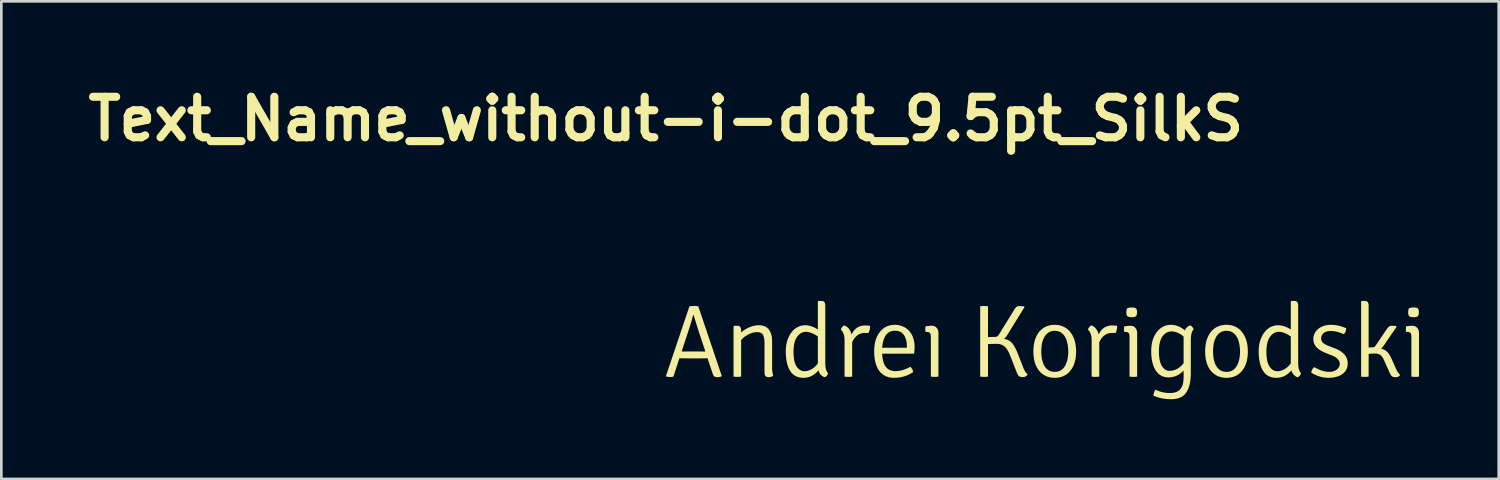
<source format=kicad_pcb>
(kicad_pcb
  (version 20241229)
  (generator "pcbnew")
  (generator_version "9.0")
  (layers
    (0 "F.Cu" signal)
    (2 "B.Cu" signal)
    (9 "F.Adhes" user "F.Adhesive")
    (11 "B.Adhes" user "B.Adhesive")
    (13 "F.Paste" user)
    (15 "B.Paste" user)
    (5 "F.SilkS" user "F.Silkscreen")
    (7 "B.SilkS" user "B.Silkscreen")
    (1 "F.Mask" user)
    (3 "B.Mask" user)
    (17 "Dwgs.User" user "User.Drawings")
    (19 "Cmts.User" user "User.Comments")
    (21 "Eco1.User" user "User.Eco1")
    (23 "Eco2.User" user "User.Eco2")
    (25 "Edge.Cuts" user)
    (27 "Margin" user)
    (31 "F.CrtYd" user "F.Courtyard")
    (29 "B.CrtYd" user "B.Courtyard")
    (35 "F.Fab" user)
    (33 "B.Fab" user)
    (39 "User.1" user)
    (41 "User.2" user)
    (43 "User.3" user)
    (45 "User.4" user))
  (footprint "Text_Name_without-i-dot_9.5pt_SilkS"
    (layer "F.Cu")
    (at 22.004 11.135)
    (property "Reference" "Text_Name_without-i-dot_9.5pt_SilkS" (at 0 -9.709 0) (layer "F.SilkS") (effects (font (size 1.524 1.524) (thickness 0.305))))
    (attr smd)
    (fp_poly (pts (xy 17.352 -2.578) (xy 17.367 -2.586) (xy 17.383 -2.594) (xy 17.4 -2.6) (xy 17.418 -2.605) (xy 17.438 -2.609) (xy 17.459 -2.613) (xy 17.482 -2.615) (xy 17.505 -2.617) (xy 17.53 -2.617) (xy 17.557 -2.616) (xy 17.582 -2.615) (xy 17.605 -2.612) (xy 17.625 -2.608) (xy 17.644 -2.603) (xy 17.66 -2.597) (xy 17.674 -2.59) (xy 17.685 -2.582) (xy 17.695 -2.572) (xy 17.704 -2.56) (xy 17.711 -2.545) (xy 17.717 -2.528) (xy 17.722 -2.508) (xy 17.725 -2.486) (xy 17.727 -2.462) (xy 17.728 -2.435) (xy 17.727 -2.408) (xy 17.725 -2.384) (xy 17.721 -2.361) (xy 17.716 -2.341) (xy 17.71 -2.324) (xy 17.702 -2.308) (xy 17.692 -2.295) (xy 17.681 -2.284) (xy 17.667 -2.275) (xy 17.65 -2.267) (xy 17.631 -2.261) (xy 17.609 -2.256) (xy 17.585 -2.252) (xy 17.559 -2.25) (xy 17.53 -2.249) (xy 17.505 -2.25) (xy 17.48 -2.252) (xy 17.457 -2.254) (xy 17.436 -2.258) (xy 17.416 -2.263) (xy 17.397 -2.269) (xy 17.379 -2.276) (xy 17.368 -2.284) (xy 17.358 -2.295) (xy 17.349 -2.308) (xy 17.342 -2.323) (xy 17.336 -2.341) (xy 17.331 -2.361) (xy 17.328 -2.383) (xy 17.326 -2.408) (xy 17.325 -2.435) (xy 17.326 -2.46) (xy 17.328 -2.483) (xy 17.33 -2.505) (xy 17.334 -2.525) (xy 17.339 -2.544) (xy 17.345 -2.562) (xy 17.352 -2.578) (xy 17.352 -2.578)) (stroke (width 0) (type solid)) (fill yes) (layer "F.SilkS"))
    (fp_poly (pts (xy 10.256 -1.649) (xy 10.256 -0.016) (xy 10.239 -0.013) (xy 10.221 -0.011) (xy 10.201 -0.008) (xy 10.181 -0.007) (xy 10.159 -0.006) (xy 10.137 -0.005) (xy 10.113 -0.005) (xy 10.089 -0.005) (xy 10.066 -0.006) (xy 10.045 -0.007) (xy 10.024 -0.008) (xy 10.005 -0.011) (xy 9.987 -0.013) (xy 9.97 -0.016) (xy 9.97 -1.51) (xy 9.969 -1.54) (xy 9.967 -1.566) (xy 9.963 -1.59) (xy 9.958 -1.611) (xy 9.952 -1.629) (xy 9.944 -1.645) (xy 9.935 -1.657) (xy 9.922 -1.669) (xy 9.905 -1.679) (xy 9.886 -1.686) (xy 9.864 -1.692) (xy 9.839 -1.695) (xy 9.811 -1.696) (xy 9.776 -1.696) (xy 9.77 -1.714) (xy 9.766 -1.733) (xy 9.763 -1.754) (xy 9.761 -1.776) (xy 9.761 -1.8) (xy 9.761 -1.825) (xy 9.763 -1.847) (xy 9.766 -1.869) (xy 9.77 -1.89) (xy 9.776 -1.909) (xy 9.8 -1.911) (xy 9.822 -1.913) (xy 9.843 -1.916) (xy 9.862 -1.917) (xy 9.88 -1.919) (xy 9.896 -1.92) (xy 9.918 -1.924) (xy 9.938 -1.926) (xy 9.955 -1.928) (xy 9.97 -1.928) (xy 10.001 -1.928) (xy 10.024 -1.927) (xy 10.046 -1.925) (xy 10.068 -1.921) (xy 10.088 -1.916) (xy 10.107 -1.909) (xy 10.125 -1.9) (xy 10.142 -1.89) (xy 10.158 -1.879) (xy 10.173 -1.865) (xy 10.186 -1.851) (xy 10.2 -1.835) (xy 10.211 -1.819) (xy 10.222 -1.802) (xy 10.231 -1.783) (xy 10.239 -1.764) (xy 10.245 -1.743) (xy 10.25 -1.721) (xy 10.253 -1.698) (xy 10.255 -1.674) (xy 10.256 -1.649) (xy 10.256 -1.649)) (stroke (width 0) (type solid)) (fill yes) (layer "F.SilkS"))
    (fp_poly (pts (xy 17.732 -1.649) (xy 17.732 -0.016) (xy 17.715 -0.013) (xy 17.696 -0.011) (xy 17.677 -0.008) (xy 17.656 -0.007) (xy 17.635 -0.006) (xy 17.612 -0.005) (xy 17.588 -0.005) (xy 17.565 -0.005) (xy 17.542 -0.006) (xy 17.52 -0.007) (xy 17.5 -0.008) (xy 17.481 -0.011) (xy 17.462 -0.013) (xy 17.445 -0.016) (xy 17.445 -1.51) (xy 17.445 -1.54) (xy 17.442 -1.566) (xy 17.439 -1.59) (xy 17.434 -1.611) (xy 17.428 -1.629) (xy 17.42 -1.645) (xy 17.41 -1.657) (xy 17.397 -1.669) (xy 17.381 -1.679) (xy 17.362 -1.686) (xy 17.34 -1.692) (xy 17.315 -1.695) (xy 17.287 -1.696) (xy 17.252 -1.696) (xy 17.246 -1.714) (xy 17.242 -1.733) (xy 17.239 -1.754) (xy 17.237 -1.776) (xy 17.236 -1.8) (xy 17.237 -1.825) (xy 17.239 -1.847) (xy 17.242 -1.869) (xy 17.246 -1.89) (xy 17.252 -1.909) (xy 17.276 -1.911) (xy 17.298 -1.913) (xy 17.319 -1.916) (xy 17.338 -1.917) (xy 17.356 -1.919) (xy 17.372 -1.92) (xy 17.394 -1.924) (xy 17.413 -1.926) (xy 17.431 -1.928) (xy 17.445 -1.928) (xy 17.476 -1.928) (xy 17.5 -1.927) (xy 17.522 -1.925) (xy 17.543 -1.921) (xy 17.564 -1.916) (xy 17.583 -1.909) (xy 17.601 -1.9) (xy 17.618 -1.89) (xy 17.634 -1.879) (xy 17.648 -1.865) (xy 17.662 -1.851) (xy 17.675 -1.835) (xy 17.687 -1.819) (xy 17.698 -1.802) (xy 17.707 -1.783) (xy 17.714 -1.764) (xy 17.721 -1.743) (xy 17.725 -1.721) (xy 17.729 -1.698) (xy 17.731 -1.674) (xy 17.732 -1.649) (xy 17.732 -1.649)) (stroke (width 0) (type solid)) (fill yes) (layer "F.SilkS"))
    (fp_poly (pts (xy 28.337 -1.649) (xy 28.337 -0.016) (xy 28.32 -0.013) (xy 28.301 -0.011) (xy 28.282 -0.008) (xy 28.262 -0.007) (xy 28.24 -0.006) (xy 28.217 -0.005) (xy 28.194 -0.005) (xy 28.17 -0.005) (xy 28.147 -0.006) (xy 28.126 -0.007) (xy 28.105 -0.008) (xy 28.086 -0.011) (xy 28.068 -0.013) (xy 28.05 -0.016) (xy 28.05 -1.51) (xy 28.05 -1.54) (xy 28.048 -1.566) (xy 28.044 -1.59) (xy 28.039 -1.611) (xy 28.033 -1.629) (xy 28.025 -1.645) (xy 28.016 -1.657) (xy 28.002 -1.669) (xy 27.986 -1.679) (xy 27.967 -1.686) (xy 27.945 -1.692) (xy 27.92 -1.695) (xy 27.892 -1.696) (xy 27.857 -1.696) (xy 27.851 -1.714) (xy 27.847 -1.733) (xy 27.844 -1.754) (xy 27.842 -1.776) (xy 27.841 -1.8) (xy 27.842 -1.825) (xy 27.844 -1.847) (xy 27.931 -2.46) (xy 27.933 -2.483) (xy 27.935 -2.505) (xy 27.939 -2.525) (xy 27.944 -2.544) (xy 27.95 -2.562) (xy 27.958 -2.578) (xy 27.958 -2.578) (xy 27.972 -2.586) (xy 27.988 -2.594) (xy 28.005 -2.6) (xy 28.023 -2.605) (xy 28.043 -2.609) (xy 28.064 -2.613) (xy 28.087 -2.615) (xy 28.11 -2.617) (xy 28.136 -2.617) (xy 28.163 -2.616) (xy 28.187 -2.615) (xy 28.21 -2.612) (xy 28.23 -2.608) (xy 28.249 -2.603) (xy 28.265 -2.597) (xy 28.279 -2.59) (xy 28.29 -2.582) (xy 28.3 -2.572) (xy 28.309 -2.56) (xy 28.316 -2.545) (xy 28.322 -2.528) (xy 28.327 -2.508) (xy 28.33 -2.486) (xy 28.332 -2.462) (xy 28.333 -2.435) (xy 28.332 -2.408) (xy 28.33 -2.384) (xy 28.326 -2.361) (xy 28.321 -2.341) (xy 28.315 -2.324) (xy 28.307 -2.308) (xy 28.297 -2.295) (xy 28.286 -2.284) (xy 28.272 -2.275) (xy 28.255 -2.267) (xy 28.236 -2.261) (xy 28.214 -2.256) (xy 28.191 -2.252) (xy 28.164 -2.25) (xy 28.136 -2.249) (xy 28.11 -2.25) (xy 28.085 -2.252) (xy 28.062 -2.254) (xy 28.041 -2.258) (xy 28.021 -2.263) (xy 28.002 -2.269) (xy 27.985 -2.276) (xy 27.973 -2.285) (xy 27.963 -2.295) (xy 27.955 -2.308) (xy 27.947 -2.323) (xy 27.941 -2.341) (xy 27.936 -2.361) (xy 27.933 -2.383) (xy 27.931 -2.408) (xy 27.93 -2.435) (xy 27.931 -2.46) (xy 27.844 -1.847) (xy 27.847 -1.869) (xy 27.851 -1.89) (xy 27.857 -1.909) (xy 27.881 -1.911) (xy 27.903 -1.913) (xy 27.924 -1.916) (xy 27.943 -1.917) (xy 27.961 -1.919) (xy 27.977 -1.92) (xy 27.999 -1.924) (xy 28.018 -1.926) (xy 28.036 -1.928) (xy 28.05 -1.928) (xy 28.081 -1.928) (xy 28.105 -1.927) (xy 28.127 -1.925) (xy 28.148 -1.921) (xy 28.169 -1.916) (xy 28.188 -1.909) (xy 28.206 -1.9) (xy 28.223 -1.89) (xy 28.239 -1.879) (xy 28.253 -1.865) (xy 28.267 -1.851) (xy 28.28 -1.835) (xy 28.292 -1.819) (xy 28.303 -1.802) (xy 28.312 -1.783) (xy 28.319 -1.764) (xy 28.326 -1.743) (xy 28.331 -1.721) (xy 28.334 -1.698) (xy 28.336 -1.674) (xy 28.337 -1.649) (xy 28.337 -1.649)) (stroke (width 0) (type solid)) (fill yes) (layer "F.SilkS"))
    (fp_poly (pts (xy 6.584 -1.781) (xy 6.59 -1.801) (xy 6.597 -1.82) (xy 6.606 -1.838) (xy 6.617 -1.855) (xy 6.628 -1.872) (xy 6.641 -1.888) (xy 6.656 -1.903) (xy 6.672 -1.917) (xy 6.689 -1.931) (xy 6.708 -1.944) (xy 6.727 -1.936) (xy 6.746 -1.927) (xy 6.764 -1.918) (xy 6.781 -1.908) (xy 6.798 -1.897) (xy 6.814 -1.886) (xy 6.83 -1.873) (xy 6.845 -1.86) (xy 6.859 -1.847) (xy 6.873 -1.832) (xy 6.886 -1.817) (xy 6.898 -1.801) (xy 6.91 -1.784) (xy 6.921 -1.766) (xy 6.931 -1.748) (xy 6.941 -1.729) (xy 6.95 -1.709) (xy 6.959 -1.689) (xy 6.966 -1.668) (xy 6.974 -1.645) (xy 6.98 -1.623) (xy 6.986 -1.599) (xy 6.996 -1.62) (xy 7.007 -1.64) (xy 7.018 -1.66) (xy 7.029 -1.679) (xy 7.041 -1.697) (xy 7.053 -1.715) (xy 7.065 -1.732) (xy 7.078 -1.748) (xy 7.091 -1.764) (xy 7.105 -1.779) (xy 7.119 -1.793) (xy 7.134 -1.807) (xy 7.148 -1.82) (xy 7.164 -1.832) (xy 7.179 -1.844) (xy 7.195 -1.855) (xy 7.212 -1.865) (xy 7.228 -1.875) (xy 7.246 -1.884) (xy 7.263 -1.892) (xy 7.281 -1.899) (xy 7.3 -1.906) (xy 7.318 -1.913) (xy 7.337 -1.918) (xy 7.357 -1.923) (xy 7.377 -1.928) (xy 7.397 -1.931) (xy 7.418 -1.934) (xy 7.439 -1.937) (xy 7.461 -1.938) (xy 7.483 -1.939) (xy 7.505 -1.94) (xy 7.525 -1.939) (xy 7.546 -1.939) (xy 7.568 -1.938) (xy 7.59 -1.936) (xy 7.613 -1.934) (xy 7.635 -1.931) (xy 7.659 -1.928) (xy 7.683 -1.924) (xy 7.683 -1.899) (xy 7.681 -1.875) (xy 7.679 -1.851) (xy 7.677 -1.828) (xy 7.673 -1.805) (xy 7.669 -1.784) (xy 7.664 -1.763) (xy 7.658 -1.743) (xy 7.651 -1.723) (xy 7.644 -1.705) (xy 7.636 -1.687) (xy 7.627 -1.67) (xy 7.617 -1.653) (xy 7.6 -1.655) (xy 7.581 -1.655) (xy 7.56 -1.656) (xy 7.536 -1.657) (xy 7.51 -1.657) (xy 7.482 -1.657) (xy 7.461 -1.657) (xy 7.441 -1.656) (xy 7.42 -1.654) (xy 7.401 -1.651) (xy 7.381 -1.647) (xy 7.362 -1.643) (xy 7.344 -1.638) (xy 7.325 -1.632) (xy 7.307 -1.626) (xy 7.29 -1.618) (xy 7.273 -1.61) (xy 7.256 -1.601) (xy 7.239 -1.591) (xy 7.223 -1.581) (xy 7.207 -1.569) (xy 7.191 -1.557) (xy 7.176 -1.544) (xy 7.161 -1.53) (xy 7.147 -1.516) (xy 7.132 -1.501) (xy 7.119 -1.485) (xy 7.105 -1.468) (xy 7.092 -1.45) (xy 7.079 -1.432) (xy 7.067 -1.413) (xy 7.055 -1.393) (xy 7.043 -1.372) (xy 7.031 -1.35) (xy 7.02 -1.328) (xy 7.009 -1.305) (xy 7.009 -0.016) (xy 6.992 -0.013) (xy 6.974 -0.011) (xy 6.955 -0.008) (xy 6.934 -0.007) (xy 6.913 -0.006) (xy 6.89 -0.005) (xy 6.866 -0.005) (xy 6.843 -0.005) (xy 6.82 -0.006) (xy 6.798 -0.007) (xy 6.778 -0.008) (xy 6.758 -0.011) (xy 6.74 -0.013) (xy 6.723 -0.016) (xy 6.723 -1.386) (xy 6.723 -1.412) (xy 6.722 -1.438) (xy 6.72 -1.462) (xy 6.718 -1.486) (xy 6.714 -1.51) (xy 6.711 -1.532) (xy 6.706 -1.554) (xy 6.701 -1.576) (xy 6.695 -1.596) (xy 6.688 -1.617) (xy 6.681 -1.636) (xy 6.673 -1.655) (xy 6.664 -1.673) (xy 6.655 -1.69) (xy 6.645 -1.707) (xy 6.634 -1.723) (xy 6.622 -1.739) (xy 6.61 -1.753) (xy 6.597 -1.768) (xy 6.584 -1.781) (xy 6.584 -1.781)) (stroke (width 0) (type solid)) (fill yes) (layer "F.SilkS"))
    (fp_poly (pts (xy 15.881 -1.781) (xy 15.887 -1.801) (xy 15.895 -1.82) (xy 15.904 -1.838) (xy 15.914 -1.855) (xy 15.926 -1.872) (xy 15.939 -1.888) (xy 15.953 -1.903) (xy 15.969 -1.917) (xy 15.986 -1.931) (xy 16.005 -1.944) (xy 16.024 -1.936) (xy 16.043 -1.927) (xy 16.061 -1.918) (xy 16.079 -1.908) (xy 16.096 -1.897) (xy 16.112 -1.886) (xy 16.127 -1.873) (xy 16.142 -1.86) (xy 16.156 -1.847) (xy 16.17 -1.832) (xy 16.183 -1.817) (xy 16.195 -1.801) (xy 16.207 -1.784) (xy 16.218 -1.766) (xy 16.229 -1.748) (xy 16.238 -1.729) (xy 16.248 -1.709) (xy 16.256 -1.689) (xy 16.264 -1.668) (xy 16.271 -1.645) (xy 16.278 -1.623) (xy 16.284 -1.599) (xy 16.294 -1.62) (xy 16.304 -1.64) (xy 16.315 -1.66) (xy 16.327 -1.679) (xy 16.338 -1.697) (xy 16.35 -1.715) (xy 16.363 -1.732) (xy 16.376 -1.748) (xy 16.389 -1.764) (xy 16.403 -1.779) (xy 16.417 -1.793) (xy 16.431 -1.807) (xy 16.446 -1.82) (xy 16.461 -1.832) (xy 16.477 -1.844) (xy 16.493 -1.855) (xy 16.509 -1.865) (xy 16.526 -1.875) (xy 16.543 -1.884) (xy 16.561 -1.892) (xy 16.579 -1.899) (xy 16.597 -1.906) (xy 16.616 -1.913) (xy 16.635 -1.918) (xy 16.654 -1.923) (xy 16.674 -1.928) (xy 16.695 -1.931) (xy 16.715 -1.934) (xy 16.737 -1.937) (xy 16.758 -1.938) (xy 16.78 -1.939) (xy 16.802 -1.94) (xy 16.823 -1.939) (xy 16.844 -1.939) (xy 16.865 -1.938) (xy 16.887 -1.936) (xy 16.91 -1.934) (xy 16.933 -1.931) (xy 16.956 -1.928) (xy 16.98 -1.924) (xy 16.98 -1.899) (xy 16.979 -1.875) (xy 16.977 -1.851) (xy 16.974 -1.828) (xy 16.971 -1.805) (xy 16.966 -1.784) (xy 16.961 -1.763) (xy 16.955 -1.743) (xy 16.949 -1.723) (xy 16.941 -1.705) (xy 16.933 -1.687) (xy 16.924 -1.67) (xy 16.915 -1.653) (xy 16.898 -1.655) (xy 16.879 -1.655) (xy 16.857 -1.656) (xy 16.834 -1.657) (xy 16.808 -1.657) (xy 16.779 -1.657) (xy 16.758 -1.657) (xy 16.738 -1.656) (xy 16.718 -1.654) (xy 16.698 -1.651) (xy 16.679 -1.647) (xy 16.66 -1.643) (xy 16.641 -1.638) (xy 16.623 -1.632) (xy 16.605 -1.626) (xy 16.587 -1.618) (xy 16.57 -1.61) (xy 16.553 -1.601) (xy 16.536 -1.591) (xy 16.52 -1.581) (xy 16.504 -1.569) (xy 16.489 -1.557) (xy 16.474 -1.544) (xy 16.459 -1.53) (xy 16.444 -1.516) (xy 16.43 -1.501) (xy 16.416 -1.485) (xy 16.403 -1.468) (xy 16.389 -1.45) (xy 16.377 -1.432) (xy 16.364 -1.413) (xy 16.352 -1.393) (xy 16.34 -1.372) (xy 16.329 -1.35) (xy 16.318 -1.328) (xy 16.307 -1.305) (xy 16.307 -0.016) (xy 16.29 -0.013) (xy 16.272 -0.011) (xy 16.252 -0.008) (xy 16.232 -0.007) (xy 16.21 -0.006) (xy 16.187 -0.005) (xy 16.164 -0.005) (xy 16.14 -0.005) (xy 16.117 -0.006) (xy 16.096 -0.007) (xy 16.075 -0.008) (xy 16.056 -0.011) (xy 16.038 -0.013) (xy 16.021 -0.016) (xy 16.021 -1.386) (xy 16.02 -1.412) (xy 16.019 -1.438) (xy 16.017 -1.462) (xy 16.015 -1.486) (xy 16.012 -1.51) (xy 16.008 -1.532) (xy 16.003 -1.554) (xy 15.998 -1.576) (xy 15.992 -1.596) (xy 15.986 -1.617) (xy 15.978 -1.636) (xy 15.97 -1.655) (xy 15.962 -1.673) (xy 15.952 -1.69) (xy 15.942 -1.707) (xy 15.931 -1.723) (xy 15.92 -1.739) (xy 15.908 -1.753) (xy 15.895 -1.768) (xy 15.881 -1.781) (xy 15.881 -1.781)) (stroke (width 0) (type solid)) (fill yes) (layer "F.SilkS"))
    (fp_poly (pts (xy 27.294 -0.709) (xy 27.445 -0.368) (xy 27.457 -0.341) (xy 27.47 -0.314) (xy 27.482 -0.289) (xy 27.494 -0.265) (xy 27.506 -0.242) (xy 27.518 -0.221) (xy 27.53 -0.2) (xy 27.542 -0.182) (xy 27.553 -0.164) (xy 27.565 -0.148) (xy 27.576 -0.133) (xy 27.587 -0.12) (xy 27.598 -0.107) (xy 27.609 -0.096) (xy 27.62 -0.087) (xy 27.631 -0.078) (xy 27.618 -0.062) (xy 27.604 -0.048) (xy 27.589 -0.035) (xy 27.574 -0.024) (xy 27.557 -0.014) (xy 27.54 -0.007) (xy 27.521 -0.001) (xy 27.502 0.004) (xy 27.482 0.006) (xy 27.46 0.007) (xy 27.434 0.006) (xy 27.41 0.004) (xy 27.388 0.000433) (xy 27.367 -0.005) (xy 27.349 -0.011) (xy 27.333 -0.019) (xy 27.318 -0.029) (xy 27.306 -0.039) (xy 27.295 -0.052) (xy 27.284 -0.067) (xy 27.273 -0.083) (xy 27.262 -0.101) (xy 27.251 -0.122) (xy 27.239 -0.144) (xy 27.228 -0.168) (xy 27.217 -0.194) (xy 27.038 -0.597) (xy 27.026 -0.624) (xy 27.014 -0.65) (xy 27.001 -0.675) (xy 26.989 -0.698) (xy 26.977 -0.719) (xy 26.964 -0.739) (xy 26.951 -0.757) (xy 26.939 -0.774) (xy 26.926 -0.789) (xy 26.913 -0.803) (xy 26.9 -0.815) (xy 26.888 -0.825) (xy 26.872 -0.836) (xy 26.855 -0.846) (xy 26.837 -0.855) (xy 26.818 -0.862) (xy 26.798 -0.869) (xy 26.777 -0.874) (xy 26.755 -0.878) (xy 26.731 -0.881) (xy 26.707 -0.883) (xy 26.682 -0.883) (xy 26.659 -0.883) (xy 26.636 -0.883) (xy 26.614 -0.882) (xy 26.592 -0.881) (xy 26.57 -0.88) (xy 26.548 -0.879) (xy 26.526 -0.877) (xy 26.505 -0.875) (xy 26.484 -0.873) (xy 26.463 -0.87) (xy 26.442 -0.868) (xy 26.442 -0.016) (xy 26.425 -0.013) (xy 26.407 -0.011) (xy 26.388 -0.008) (xy 26.367 -0.007) (xy 26.346 -0.006) (xy 26.323 -0.005) (xy 26.299 -0.005) (xy 26.273 -0.005) (xy 26.248 -0.006) (xy 26.224 -0.008) (xy 26.201 -0.01) (xy 26.18 -0.013) (xy 26.16 -0.016) (xy 26.16 -2.838) (xy 26.183 -2.861) (xy 26.288 -2.861) (xy 26.313 -2.86) (xy 26.336 -2.857) (xy 26.356 -2.852) (xy 26.374 -2.846) (xy 26.389 -2.837) (xy 26.401 -2.827) (xy 26.412 -2.814) (xy 26.42 -2.801) (xy 26.427 -2.785) (xy 26.432 -2.767) (xy 26.437 -2.745) (xy 26.44 -2.722) (xy 26.442 -2.696) (xy 26.442 -2.667) (xy 26.442 -1.112) (xy 26.609 -1.119) (xy 26.626 -1.121) (xy 26.643 -1.125) (xy 26.658 -1.133) (xy 26.673 -1.143) (xy 26.686 -1.157) (xy 26.698 -1.173) (xy 27.112 -1.785) (xy 27.126 -1.806) (xy 27.14 -1.825) (xy 27.154 -1.843) (xy 27.167 -1.858) (xy 27.18 -1.872) (xy 27.193 -1.883) (xy 27.205 -1.893) (xy 27.223 -1.906) (xy 27.241 -1.916) (xy 27.262 -1.923) (xy 27.283 -1.927) (xy 27.306 -1.928) (xy 27.321 -1.928) (xy 27.338 -1.928) (xy 27.356 -1.927) (xy 27.376 -1.926) (xy 27.398 -1.925) (xy 27.421 -1.924) (xy 27.446 -1.922) (xy 27.472 -1.92) (xy 27.495 -1.889) (xy 27.004 -1.173) (xy 26.989 -1.153) (xy 26.976 -1.135) (xy 26.962 -1.118) (xy 26.949 -1.102) (xy 26.936 -1.088) (xy 26.923 -1.076) (xy 26.911 -1.065) (xy 26.934 -1.06) (xy 26.957 -1.053) (xy 26.979 -1.046) (xy 27.001 -1.038) (xy 27.022 -1.028) (xy 27.042 -1.018) (xy 27.061 -1.007) (xy 27.08 -0.995) (xy 27.098 -0.982) (xy 27.115 -0.968) (xy 27.131 -0.953) (xy 27.145 -0.94) (xy 27.158 -0.926) (xy 27.172 -0.911) (xy 27.185 -0.895) (xy 27.198 -0.878) (xy 27.21 -0.86) (xy 27.223 -0.842) (xy 27.235 -0.822) (xy 27.247 -0.801) (xy 27.259 -0.78) (xy 27.271 -0.757) (xy 27.283 -0.734) (xy 27.294 -0.709) (xy 27.294 -0.709)) (stroke (width 0) (type solid)) (fill yes) (layer "F.SilkS"))
    (fp_poly (pts (xy 13.614 -0.098) (xy 13.601 -0.08) (xy 13.588 -0.064) (xy 13.574 -0.05) (xy 13.559 -0.038) (xy 13.543 -0.027) (xy 13.527 -0.018) (xy 13.509 -0.01) (xy 13.491 -0.004) (xy 13.472 -0.000233) (xy 13.452 0.002) (xy 13.432 0.003) (xy 13.405 0.002) (xy 13.38 0.000433) (xy 13.357 -0.003) (xy 13.337 -0.008) (xy 13.319 -0.014) (xy 13.302 -0.021) (xy 13.289 -0.03) (xy 13.277 -0.039) (xy 13.266 -0.052) (xy 13.256 -0.066) (xy 13.245 -0.082) (xy 13.235 -0.1) (xy 13.225 -0.12) (xy 13.215 -0.142) (xy 13.205 -0.165) (xy 13.196 -0.19) (xy 12.948 -0.821) (xy 12.937 -0.847) (xy 12.927 -0.872) (xy 12.916 -0.896) (xy 12.905 -0.919) (xy 12.894 -0.941) (xy 12.883 -0.963) (xy 12.872 -0.983) (xy 12.861 -1.003) (xy 12.849 -1.022) (xy 12.837 -1.039) (xy 12.826 -1.056) (xy 12.814 -1.072) (xy 12.802 -1.088) (xy 12.789 -1.102) (xy 12.777 -1.115) (xy 12.764 -1.128) (xy 12.752 -1.139) (xy 12.739 -1.15) (xy 12.723 -1.164) (xy 12.706 -1.176) (xy 12.688 -1.187) (xy 12.67 -1.198) (xy 12.651 -1.207) (xy 12.631 -1.215) (xy 12.611 -1.223) (xy 12.59 -1.229) (xy 12.569 -1.235) (xy 12.547 -1.239) (xy 12.524 -1.243) (xy 12.501 -1.245) (xy 12.477 -1.246) (xy 12.452 -1.247) (xy 12.43 -1.247) (xy 12.407 -1.247) (xy 12.385 -1.247) (xy 12.362 -1.246) (xy 12.34 -1.246) (xy 12.317 -1.246) (xy 12.295 -1.245) (xy 12.273 -1.245) (xy 12.251 -1.244) (xy 12.229 -1.244) (xy 12.207 -1.243) (xy 12.185 -1.242) (xy 12.163 -1.241) (xy 12.141 -1.24) (xy 12.12 -1.239) (xy 12.12 -0.016) (xy 12.102 -0.013) (xy 12.084 -0.011) (xy 12.064 -0.008) (xy 12.043 -0.007) (xy 12.021 -0.006) (xy 11.997 -0.005) (xy 11.973 -0.005) (xy 11.948 -0.005) (xy 11.924 -0.006) (xy 11.902 -0.007) (xy 11.881 -0.008) (xy 11.861 -0.011) (xy 11.843 -0.013) (xy 11.826 -0.016) (xy 11.826 -2.66) (xy 11.843 -2.663) (xy 11.861 -2.665) (xy 11.881 -2.667) (xy 11.902 -2.669) (xy 11.924 -2.67) (xy 11.948 -2.671) (xy 11.973 -2.671) (xy 11.997 -2.671) (xy 12.021 -2.67) (xy 12.043 -2.669) (xy 12.064 -2.667) (xy 12.084 -2.665) (xy 12.102 -2.663) (xy 12.12 -2.66) (xy 12.12 -1.502) (xy 12.402 -1.51) (xy 12.42 -1.512) (xy 12.438 -1.516) (xy 12.455 -1.523) (xy 12.472 -1.533) (xy 12.488 -1.546) (xy 12.504 -1.562) (xy 12.519 -1.581) (xy 12.534 -1.603) (xy 13.103 -2.524) (xy 13.117 -2.546) (xy 13.13 -2.566) (xy 13.144 -2.585) (xy 13.156 -2.601) (xy 13.169 -2.615) (xy 13.18 -2.626) (xy 13.192 -2.636) (xy 13.208 -2.647) (xy 13.226 -2.656) (xy 13.246 -2.662) (xy 13.268 -2.666) (xy 13.292 -2.667) (xy 13.309 -2.667) (xy 13.327 -2.667) (xy 13.346 -2.666) (xy 13.368 -2.665) (xy 13.391 -2.664) (xy 13.416 -2.663) (xy 13.442 -2.661) (xy 13.47 -2.66) (xy 13.494 -2.629) (xy 12.843 -1.576) (xy 12.83 -1.556) (xy 12.817 -1.537) (xy 12.804 -1.519) (xy 12.791 -1.502) (xy 12.778 -1.486) (xy 12.764 -1.471) (xy 12.751 -1.457) (xy 12.737 -1.444) (xy 12.723 -1.433) (xy 12.748 -1.429) (xy 12.771 -1.424) (xy 12.794 -1.418) (xy 12.817 -1.412) (xy 12.838 -1.405) (xy 12.859 -1.397) (xy 12.879 -1.388) (xy 12.898 -1.379) (xy 12.917 -1.368) (xy 12.935 -1.357) (xy 12.952 -1.345) (xy 12.969 -1.332) (xy 12.984 -1.319) (xy 12.999 -1.305) (xy 13.014 -1.29) (xy 13.025 -1.277) (xy 13.037 -1.263) (xy 13.048 -1.249) (xy 13.06 -1.233) (xy 13.071 -1.217) (xy 13.083 -1.201) (xy 13.094 -1.183) (xy 13.106 -1.165) (xy 13.117 -1.145) (xy 13.129 -1.125) (xy 13.14 -1.105) (xy 13.151 -1.083) (xy 13.163 -1.061) (xy 13.174 -1.038) (xy 13.185 -1.014) (xy 13.196 -0.989) (xy 13.208 -0.964) (xy 13.219 -0.937) (xy 13.455 -0.334) (xy 13.465 -0.309) (xy 13.476 -0.286) (xy 13.487 -0.263) (xy 13.498 -0.242) (xy 13.509 -0.222) (xy 13.521 -0.203) (xy 13.534 -0.184) (xy 13.546 -0.167) (xy 13.559 -0.151) (xy 13.572 -0.136) (xy 13.586 -0.122) (xy 13.599 -0.109) (xy 13.614 -0.098) (xy 13.614 -0.098)) (stroke (width 0) (type solid)) (fill yes) (layer "F.SilkS"))
    (fp_poly (pts (xy 3.997 -1.344) (xy 3.997 -0.384) (xy 3.997 -0.355) (xy 3.998 -0.327) (xy 3.999 -0.3) (xy 4 -0.274) (xy 4.002 -0.249) (xy 4.004 -0.225) (xy 4.007 -0.202) (xy 4.009 -0.181) (xy 4.013 -0.16) (xy 4.016 -0.14) (xy 4.02 -0.121) (xy 4.025 -0.103) (xy 4.029 -0.086) (xy 4.034 -0.07) (xy 4.04 -0.055) (xy 4.025 -0.042) (xy 4.009 -0.03) (xy 3.992 -0.021) (xy 3.973 -0.012) (xy 3.953 -0.005) (xy 3.932 0.000083) (xy 3.908 0.004) (xy 3.884 0.006) (xy 3.858 0.007) (xy 3.839 0.006) (xy 3.821 0.004) (xy 3.805 -0.001) (xy 3.79 -0.007) (xy 3.776 -0.014) (xy 3.764 -0.023) (xy 3.753 -0.034) (xy 3.743 -0.047) (xy 3.734 -0.061) (xy 3.727 -0.077) (xy 3.721 -0.095) (xy 3.717 -0.114) (xy 3.714 -0.135) (xy 3.712 -0.158) (xy 3.711 -0.183) (xy 3.711 -1.255) (xy 3.711 -1.286) (xy 3.71 -1.315) (xy 3.709 -1.344) (xy 3.707 -1.371) (xy 3.704 -1.397) (xy 3.702 -1.421) (xy 3.698 -1.445) (xy 3.694 -1.467) (xy 3.69 -1.488) (xy 3.685 -1.508) (xy 3.68 -1.526) (xy 3.674 -1.543) (xy 3.667 -1.559) (xy 3.66 -1.574) (xy 3.653 -1.588) (xy 3.642 -1.604) (xy 3.631 -1.618) (xy 3.617 -1.632) (xy 3.603 -1.643) (xy 3.586 -1.654) (xy 3.569 -1.663) (xy 3.55 -1.671) (xy 3.529 -1.677) (xy 3.507 -1.682) (xy 3.484 -1.685) (xy 3.459 -1.687) (xy 3.432 -1.688) (xy 3.412 -1.688) (xy 3.391 -1.687) (xy 3.37 -1.685) (xy 3.349 -1.682) (xy 3.328 -1.679) (xy 3.307 -1.675) (xy 3.285 -1.67) (xy 3.264 -1.664) (xy 3.242 -1.658) (xy 3.221 -1.65) (xy 3.199 -1.642) (xy 3.177 -1.634) (xy 3.155 -1.624) (xy 3.133 -1.614) (xy 3.111 -1.603) (xy 3.09 -1.593) (xy 3.07 -1.582) (xy 3.051 -1.571) (xy 3.031 -1.559) (xy 3.012 -1.547) (xy 2.994 -1.535) (xy 2.976 -1.522) (xy 2.958 -1.509) (xy 2.941 -1.496) (xy 2.924 -1.482) (xy 2.908 -1.467) (xy 2.892 -1.453) (xy 2.876 -1.438) (xy 2.861 -1.422) (xy 2.847 -1.406) (xy 2.832 -1.39) (xy 2.832 -0.016) (xy 2.815 -0.013) (xy 2.797 -0.011) (xy 2.778 -0.008) (xy 2.757 -0.007) (xy 2.736 -0.006) (xy 2.713 -0.005) (xy 2.689 -0.005) (xy 2.665 -0.005) (xy 2.643 -0.006) (xy 2.621 -0.007) (xy 2.601 -0.008) (xy 2.581 -0.011) (xy 2.563 -0.013) (xy 2.546 -0.016) (xy 2.546 -1.905) (xy 2.569 -1.928) (xy 2.678 -1.928) (xy 2.703 -1.927) (xy 2.726 -1.924) (xy 2.746 -1.919) (xy 2.764 -1.912) (xy 2.779 -1.902) (xy 2.791 -1.891) (xy 2.801 -1.878) (xy 2.81 -1.863) (xy 2.817 -1.847) (xy 2.822 -1.827) (xy 2.827 -1.806) (xy 2.83 -1.782) (xy 2.832 -1.756) (xy 2.832 -1.727) (xy 2.832 -1.673) (xy 2.849 -1.688) (xy 2.866 -1.703) (xy 2.883 -1.717) (xy 2.901 -1.731) (xy 2.919 -1.745) (xy 2.938 -1.758) (xy 2.956 -1.771) (xy 2.976 -1.784) (xy 2.995 -1.796) (xy 3.015 -1.808) (xy 3.035 -1.819) (xy 3.056 -1.83) (xy 3.077 -1.841) (xy 3.098 -1.851) (xy 3.12 -1.861) (xy 3.142 -1.87) (xy 3.164 -1.879) (xy 3.187 -1.888) (xy 3.209 -1.896) (xy 3.231 -1.904) (xy 3.253 -1.911) (xy 3.276 -1.917) (xy 3.298 -1.923) (xy 3.32 -1.928) (xy 3.342 -1.933) (xy 3.365 -1.937) (xy 3.387 -1.94) (xy 3.409 -1.943) (xy 3.431 -1.945) (xy 3.454 -1.946) (xy 3.476 -1.947) (xy 3.498 -1.947) (xy 3.524 -1.947) (xy 3.549 -1.946) (xy 3.573 -1.944) (xy 3.596 -1.941) (xy 3.619 -1.937) (xy 3.641 -1.932) (xy 3.662 -1.927) (xy 3.683 -1.921) (xy 3.703 -1.914) (xy 3.723 -1.906) (xy 3.741 -1.897) (xy 3.759 -1.888) (xy 3.776 -1.877) (xy 3.793 -1.866) (xy 3.809 -1.854) (xy 3.824 -1.841) (xy 3.838 -1.827) (xy 3.852 -1.813) (xy 3.865 -1.797) (xy 3.877 -1.781) (xy 3.888 -1.765) (xy 3.899 -1.748) (xy 3.909 -1.731) (xy 3.919 -1.714) (xy 3.928 -1.696) (xy 3.936 -1.677) (xy 3.944 -1.658) (xy 3.951 -1.639) (xy 3.958 -1.619) (xy 3.964 -1.599) (xy 3.97 -1.578) (xy 3.975 -1.557) (xy 3.98 -1.535) (xy 3.984 -1.513) (xy 3.988 -1.49) (xy 3.99 -1.467) (xy 3.993 -1.443) (xy 3.995 -1.419) (xy 3.996 -1.394) (xy 3.997 -1.369) (xy 3.997 -1.344) (xy 3.997 -1.344)) (stroke (width 0) (type solid)) (fill yes) (layer "F.SilkS"))
    (fp_poly (pts (xy 1.111 -2.674) (xy 1.046 -2.338) (xy 1.05 -2.323) (xy 1.054 -2.306) (xy 1.059 -2.289) (xy 1.064 -2.27) (xy 1.07 -2.251) (xy 1.075 -2.231) (xy 1.082 -2.21) (xy 1.088 -2.188) (xy 1.095 -2.166) (xy 1.102 -2.142) (xy 1.109 -2.118) (xy 1.116 -2.094) (xy 1.124 -2.069) (xy 1.132 -2.043) (xy 1.14 -2.016) (xy 1.147 -1.995) (xy 1.153 -1.975) (xy 1.16 -1.954) (xy 1.166 -1.933) (xy 1.173 -1.912) (xy 1.179 -1.892) (xy 1.186 -1.871) (xy 1.193 -1.85) (xy 1.199 -1.83) (xy 1.206 -1.809) (xy 1.212 -1.789) (xy 1.218 -1.77) (xy 1.224 -1.752) (xy 1.23 -1.733) (xy 1.236 -1.714) (xy 1.243 -1.692) (xy 1.254 -1.658) (xy 1.261 -1.637) (xy 1.269 -1.615) (xy 1.276 -1.593) (xy 1.283 -1.571) (xy 1.29 -1.549) (xy 1.298 -1.527) (xy 1.305 -1.505) (xy 1.312 -1.483) (xy 1.319 -1.461) (xy 1.327 -1.439) (xy 1.334 -1.417) (xy 1.341 -1.395) (xy 1.349 -1.373) (xy 1.356 -1.351) (xy 1.363 -1.33) (xy 1.371 -1.308) (xy 1.378 -1.286) (xy 1.385 -1.264) (xy 1.392 -1.242) (xy 1.4 -1.22) (xy 1.407 -1.198) (xy 1.414 -1.176) (xy 1.422 -1.154) (xy 1.429 -1.132) (xy 1.436 -1.11) (xy 1.443 -1.088) (xy 1.451 -1.066) (xy 1.458 -1.045) (xy 1.465 -1.023) (xy 1.472 -1.001) (xy 1.48 -0.979) (xy 1.487 -0.957) (xy 1.466 -0.957) (xy 1.445 -0.957) (xy 1.424 -0.957) (xy 1.403 -0.958) (xy 1.382 -0.958) (xy 1.361 -0.958) (xy 1.34 -0.958) (xy 1.319 -0.958) (xy 1.294 -0.959) (xy 1.273 -0.96) (xy 1.262 -0.961) (xy 1.059 -0.961) (xy 1.04 -0.961) (xy 1.02 -0.961) (xy 0.817 -0.961) (xy 0.593 -0.957) (xy 0.6 -0.978) (xy 0.607 -1) (xy 0.614 -1.022) (xy 0.621 -1.044) (xy 0.628 -1.065) (xy 0.635 -1.087) (xy 0.642 -1.109) (xy 0.649 -1.131) (xy 0.656 -1.152) (xy 0.664 -1.174) (xy 0.671 -1.196) (xy 0.678 -1.217) (xy 0.685 -1.239) (xy 0.692 -1.261) (xy 0.699 -1.283) (xy 0.706 -1.304) (xy 0.713 -1.326) (xy 0.721 -1.348) (xy 0.728 -1.369) (xy 0.735 -1.391) (xy 0.742 -1.413) (xy 0.749 -1.435) (xy 0.756 -1.456) (xy 0.764 -1.478) (xy 0.771 -1.5) (xy 0.778 -1.521) (xy 0.785 -1.543) (xy 0.792 -1.565) (xy 0.895 -1.878) (xy 0.901 -1.897) (xy 0.908 -1.918) (xy 0.914 -1.939) (xy 0.921 -1.961) (xy 0.928 -1.983) (xy 0.935 -2.006) (xy 0.942 -2.03) (xy 0.949 -2.055) (xy 0.956 -2.08) (xy 0.963 -2.097) (xy 0.969 -2.115) (xy 0.975 -2.135) (xy 0.979 -2.154) (xy 0.983 -2.175) (xy 0.987 -2.195) (xy 0.993 -2.214) (xy 0.998 -2.233) (xy 1.003 -2.252) (xy 1.008 -2.271) (xy 1.013 -2.291) (xy 1.022 -2.309) (xy 1.033 -2.325) (xy 1.046 -2.338) (xy 1.046 -2.338) (xy 1.111 -2.674) (xy 1.091 -2.675) (xy 1.07 -2.674) (xy 1.05 -2.673) (xy 1.029 -2.671) (xy 1.008 -2.67) (xy 0.985 -2.669) (xy 0.963 -2.668) (xy 0.942 -2.666) (xy 0.922 -2.664) (xy 0.904 -2.662) (xy 0.887 -2.66) (xy 0.001 -0.032) (xy 0.008 -0.02) (xy 0.029 -0.016) (xy 0.049 -0.012) (xy 0.069 -0.007) (xy 0.09 -0.003) (xy 0.112 -0.001) (xy 0.135 -0.000402) (xy 0.158 -0.001) (xy 0.159 -0.001) (xy 0.183 -0.001) (xy 0.206 -0.002) (xy 0.227 -0.004) (xy 0.247 -0.006) (xy 0.266 -0.009) (xy 0.283 -0.012) (xy 0.508 -0.705) (xy 0.778 -0.701) (xy 0.994 -0.701) (xy 1.016 -0.701) (xy 1.038 -0.701) (xy 1.06 -0.701) (xy 1.082 -0.701) (xy 1.297 -0.701) (xy 1.568 -0.705) (xy 1.754 -0.148) (xy 1.759 -0.133) (xy 1.765 -0.12) (xy 1.77 -0.103) (xy 1.776 -0.087) (xy 1.78 -0.079) (xy 1.793 -0.057) (xy 1.806 -0.038) (xy 1.82 -0.024) (xy 1.835 -0.014) (xy 1.853 -0.007) (xy 1.875 -0.001) (xy 1.893 0.004) (xy 1.912 0.007) (xy 1.932 0.008) (xy 1.952 0.008) (xy 1.972 0.007) (xy 1.992 0.005) (xy 2.006 0.003) (xy 2.019 0.000315) (xy 2.043 -0.005) (xy 2.066 -0.012) (xy 2.086 -0.021) (xy 2.106 -0.032) (xy 2.098 -0.054) (xy 2.091 -0.076) (xy 2.083 -0.099) (xy 2.076 -0.121) (xy 2.068 -0.143) (xy 2.061 -0.166) (xy 2.053 -0.188) (xy 2.046 -0.21) (xy 2.038 -0.232) (xy 2.031 -0.255) (xy 2.023 -0.277) (xy 2.016 -0.299) (xy 2.008 -0.322) (xy 2.001 -0.344) (xy 1.993 -0.366) (xy 1.986 -0.388) (xy 1.978 -0.411) (xy 1.971 -0.433) (xy 1.963 -0.455) (xy 1.956 -0.478) (xy 1.948 -0.5) (xy 1.941 -0.522) (xy 1.933 -0.545) (xy 1.925 -0.567) (xy 1.918 -0.589) (xy 1.91 -0.611) (xy 1.903 -0.634) (xy 1.895 -0.656) (xy 1.888 -0.678) (xy 1.88 -0.701) (xy 1.873 -0.723) (xy 1.865 -0.745) (xy 1.858 -0.767) (xy 1.85 -0.79) (xy 1.843 -0.812) (xy 1.835 -0.834) (xy 1.828 -0.857) (xy 1.82 -0.879) (xy 1.813 -0.901) (xy 1.805 -0.924) (xy 1.798 -0.946) (xy 1.79 -0.968) (xy 1.783 -0.99) (xy 1.775 -1.013) (xy 1.768 -1.035) (xy 1.76 -1.057) (xy 1.753 -1.08) (xy 1.745 -1.102) (xy 1.738 -1.124) (xy 1.73 -1.147) (xy 1.722 -1.169) (xy 1.715 -1.191) (xy 1.707 -1.213) (xy 1.7 -1.236) (xy 1.692 -1.258) (xy 1.685 -1.28) (xy 1.677 -1.303) (xy 1.67 -1.325) (xy 1.662 -1.347) (xy 1.655 -1.369) (xy 1.647 -1.392) (xy 1.64 -1.414) (xy 1.632 -1.436) (xy 1.625 -1.459) (xy 1.617 -1.481) (xy 1.61 -1.503) (xy 1.602 -1.526) (xy 1.595 -1.548) (xy 1.587 -1.57) (xy 1.58 -1.592) (xy 1.572 -1.615) (xy 1.565 -1.637) (xy 1.557 -1.659) (xy 1.55 -1.682) (xy 1.542 -1.704) (xy 1.535 -1.726) (xy 1.527 -1.748) (xy 1.52 -1.771) (xy 1.512 -1.793) (xy 1.504 -1.815) (xy 1.497 -1.838) (xy 1.489 -1.86) (xy 1.482 -1.882) (xy 1.474 -1.905) (xy 1.467 -1.927) (xy 1.459 -1.949) (xy 1.452 -1.971) (xy 1.444 -1.994) (xy 1.437 -2.016) (xy 1.429 -2.038) (xy 1.422 -2.061) (xy 1.414 -2.083) (xy 1.407 -2.105) (xy 1.399 -2.127) (xy 1.392 -2.15) (xy 1.384 -2.172) (xy 1.377 -2.194) (xy 1.369 -2.217) (xy 1.362 -2.239) (xy 1.354 -2.261) (xy 1.347 -2.284) (xy 1.339 -2.306) (xy 1.332 -2.328) (xy 1.324 -2.35) (xy 1.317 -2.373) (xy 1.309 -2.395) (xy 1.301 -2.417) (xy 1.294 -2.44) (xy 1.286 -2.462) (xy 1.279 -2.484) (xy 1.271 -2.507) (xy 1.264 -2.529) (xy 1.256 -2.551) (xy 1.249 -2.573) (xy 1.241 -2.596) (xy 1.234 -2.618) (xy 1.226 -2.64) (xy 1.22 -2.66) (xy 1.203 -2.663) (xy 1.184 -2.665) (xy 1.163 -2.667) (xy 1.146 -2.671) (xy 1.129 -2.673) (xy 1.111 -2.674) (xy 1.111 -2.674)) (stroke (width 0) (type solid)) (fill yes) (layer "F.SilkS"))
    (fp_poly (pts (xy 23.029 -1.947) (xy 23.513 -1.526) (xy 23.49 -1.541) (xy 23.467 -1.556) (xy 23.444 -1.57) (xy 23.422 -1.583) (xy 23.4 -1.596) (xy 23.378 -1.608) (xy 23.357 -1.619) (xy 23.335 -1.629) (xy 23.314 -1.639) (xy 23.293 -1.648) (xy 23.273 -1.656) (xy 23.253 -1.664) (xy 23.233 -1.671) (xy 23.213 -1.677) (xy 23.193 -1.682) (xy 23.174 -1.687) (xy 23.155 -1.691) (xy 23.136 -1.694) (xy 23.118 -1.697) (xy 23.1 -1.698) (xy 23.082 -1.699) (xy 23.064 -1.7) (xy 23.043 -1.699) (xy 23.023 -1.698) (xy 23.003 -1.695) (xy 22.984 -1.691) (xy 22.964 -1.687) (xy 22.945 -1.681) (xy 22.927 -1.674) (xy 22.909 -1.666) (xy 22.891 -1.657) (xy 22.873 -1.647) (xy 22.856 -1.636) (xy 22.839 -1.624) (xy 22.823 -1.611) (xy 22.807 -1.597) (xy 22.791 -1.582) (xy 22.775 -1.565) (xy 22.76 -1.548) (xy 22.745 -1.53) (xy 22.731 -1.51) (xy 22.721 -1.496) (xy 22.711 -1.48) (xy 22.702 -1.465) (xy 22.693 -1.448) (xy 22.684 -1.432) (xy 22.676 -1.414) (xy 22.668 -1.396) (xy 22.661 -1.378) (xy 22.654 -1.359) (xy 22.647 -1.339) (xy 22.641 -1.319) (xy 22.635 -1.298) (xy 22.629 -1.277) (xy 22.624 -1.255) (xy 22.62 -1.233) (xy 22.616 -1.21) (xy 22.612 -1.186) (xy 22.608 -1.162) (xy 22.605 -1.137) (xy 22.603 -1.112) (xy 22.601 -1.086) (xy 22.599 -1.06) (xy 22.597 -1.033) (xy 22.596 -1.006) (xy 22.596 -0.978) (xy 22.596 -0.949) (xy 22.596 -0.919) (xy 22.596 -0.89) (xy 22.597 -0.862) (xy 22.599 -0.834) (xy 22.6 -0.807) (xy 22.602 -0.78) (xy 22.605 -0.754) (xy 22.607 -0.729) (xy 22.611 -0.704) (xy 22.614 -0.68) (xy 22.618 -0.657) (xy 22.622 -0.634) (xy 22.627 -0.612) (xy 22.632 -0.59) (xy 22.637 -0.57) (xy 22.643 -0.549) (xy 22.649 -0.53) (xy 22.656 -0.511) (xy 22.663 -0.492) (xy 22.67 -0.475) (xy 22.678 -0.458) (xy 22.686 -0.441) (xy 22.694 -0.425) (xy 22.703 -0.41) (xy 22.712 -0.396) (xy 22.726 -0.375) (xy 22.741 -0.356) (xy 22.756 -0.338) (xy 22.771 -0.322) (xy 22.787 -0.306) (xy 22.804 -0.292) (xy 22.82 -0.279) (xy 22.837 -0.267) (xy 22.855 -0.257) (xy 22.873 -0.248) (xy 22.891 -0.24) (xy 22.91 -0.233) (xy 22.929 -0.227) (xy 22.949 -0.223) (xy 22.969 -0.22) (xy 22.989 -0.218) (xy 23.01 -0.218) (xy 23.03 -0.218) (xy 23.05 -0.219) (xy 23.071 -0.222) (xy 23.091 -0.225) (xy 23.112 -0.229) (xy 23.132 -0.234) (xy 23.153 -0.24) (xy 23.173 -0.247) (xy 23.194 -0.255) (xy 23.214 -0.263) (xy 23.235 -0.273) (xy 23.256 -0.283) (xy 23.277 -0.295) (xy 23.295 -0.306) (xy 23.313 -0.318) (xy 23.331 -0.33) (xy 23.348 -0.342) (xy 23.365 -0.356) (xy 23.381 -0.369) (xy 23.398 -0.383) (xy 23.413 -0.398) (xy 23.429 -0.413) (xy 23.444 -0.429) (xy 23.458 -0.445) (xy 23.472 -0.462) (xy 23.486 -0.479) (xy 23.5 -0.497) (xy 23.513 -0.516) (xy 23.513 -1.526) (xy 23.029 -1.947) (xy 23.049 -1.947) (xy 23.07 -1.946) (xy 23.09 -1.945) (xy 23.11 -1.943) (xy 23.131 -1.94) (xy 23.152 -1.937) (xy 23.172 -1.933) (xy 23.193 -1.928) (xy 23.214 -1.923) (xy 23.235 -1.917) (xy 23.256 -1.911) (xy 23.277 -1.904) (xy 23.298 -1.897) (xy 23.319 -1.889) (xy 23.34 -1.88) (xy 23.362 -1.871) (xy 23.383 -1.861) (xy 23.404 -1.85) (xy 23.426 -1.839) (xy 23.448 -1.827) (xy 23.469 -1.815) (xy 23.491 -1.802) (xy 23.513 -1.789) (xy 23.513 -2.838) (xy 23.536 -2.861) (xy 23.641 -2.861) (xy 23.665 -2.86) (xy 23.687 -2.857) (xy 23.706 -2.852) (xy 23.723 -2.846) (xy 23.738 -2.837) (xy 23.75 -2.827) (xy 23.761 -2.814) (xy 23.769 -2.801) (xy 23.776 -2.785) (xy 23.781 -2.767) (xy 23.786 -2.746) (xy 23.789 -2.722) (xy 23.791 -2.696) (xy 23.791 -2.667) (xy 23.791 -0.55) (xy 23.792 -0.52) (xy 23.793 -0.491) (xy 23.794 -0.463) (xy 23.796 -0.436) (xy 23.798 -0.41) (xy 23.801 -0.385) (xy 23.805 -0.36) (xy 23.809 -0.337) (xy 23.813 -0.315) (xy 23.819 -0.294) (xy 23.824 -0.274) (xy 23.83 -0.255) (xy 23.837 -0.236) (xy 23.845 -0.219) (xy 23.852 -0.203) (xy 23.861 -0.187) (xy 23.87 -0.173) (xy 23.879 -0.16) (xy 23.889 -0.148) (xy 23.9 -0.136) (xy 23.891 -0.114) (xy 23.88 -0.093) (xy 23.868 -0.073) (xy 23.856 -0.056) (xy 23.841 -0.039) (xy 23.826 -0.024) (xy 23.809 -0.011) (xy 23.791 0.001) (xy 23.772 0.011) (xy 23.752 0.003) (xy 23.732 -0.006) (xy 23.713 -0.015) (xy 23.695 -0.026) (xy 23.678 -0.037) (xy 23.661 -0.05) (xy 23.646 -0.063) (xy 23.631 -0.077) (xy 23.617 -0.093) (xy 23.604 -0.109) (xy 23.592 -0.126) (xy 23.581 -0.144) (xy 23.57 -0.163) (xy 23.56 -0.183) (xy 23.551 -0.204) (xy 23.543 -0.226) (xy 23.536 -0.248) (xy 23.52 -0.23) (xy 23.504 -0.213) (xy 23.487 -0.196) (xy 23.471 -0.179) (xy 23.454 -0.163) (xy 23.437 -0.148) (xy 23.419 -0.134) (xy 23.402 -0.12) (xy 23.384 -0.106) (xy 23.367 -0.094) (xy 23.349 -0.082) (xy 23.33 -0.07) (xy 23.312 -0.059) (xy 23.294 -0.049) (xy 23.275 -0.039) (xy 23.256 -0.03) (xy 23.237 -0.022) (xy 23.217 -0.014) (xy 23.198 -0.007) (xy 23.178 -0.001) (xy 23.158 0.005) (xy 23.138 0.01) (xy 23.118 0.015) (xy 23.098 0.019) (xy 23.077 0.022) (xy 23.056 0.025) (xy 23.035 0.027) (xy 23.014 0.029) (xy 22.993 0.03) (xy 22.971 0.03) (xy 22.947 0.03) (xy 22.924 0.029) (xy 22.901 0.027) (xy 22.878 0.025) (xy 22.856 0.022) (xy 22.835 0.018) (xy 22.813 0.014) (xy 22.793 0.009) (xy 22.772 0.003) (xy 22.752 -0.003) (xy 22.733 -0.01) (xy 22.714 -0.018) (xy 22.695 -0.027) (xy 22.677 -0.036) (xy 22.659 -0.045) (xy 22.642 -0.056) (xy 22.625 -0.067) (xy 22.608 -0.079) (xy 22.592 -0.091) (xy 22.577 -0.104) (xy 22.562 -0.118) (xy 22.547 -0.132) (xy 22.533 -0.147) (xy 22.519 -0.163) (xy 22.506 -0.18) (xy 22.493 -0.197) (xy 22.48 -0.215) (xy 22.468 -0.233) (xy 22.458 -0.249) (xy 22.449 -0.265) (xy 22.44 -0.281) (xy 22.432 -0.298) (xy 22.424 -0.315) (xy 22.416 -0.332) (xy 22.408 -0.35) (xy 22.4 -0.368) (xy 22.393 -0.387) (xy 22.386 -0.406) (xy 22.38 -0.425) (xy 22.373 -0.444) (xy 22.367 -0.464) (xy 22.362 -0.484) (xy 22.356 -0.505) (xy 22.351 -0.526) (xy 22.346 -0.547) (xy 22.341 -0.569) (xy 22.337 -0.591) (xy 22.333 -0.614) (xy 22.329 -0.636) (xy 22.326 -0.659) (xy 22.322 -0.683) (xy 22.319 -0.707) (xy 22.317 -0.731) (xy 22.314 -0.755) (xy 22.312 -0.78) (xy 22.31 -0.806) (xy 22.309 -0.831) (xy 22.308 -0.857) (xy 22.307 -0.883) (xy 22.306 -0.91) (xy 22.305 -0.937) (xy 22.305 -0.964) (xy 22.306 -0.989) (xy 22.306 -1.014) (xy 22.307 -1.038) (xy 22.308 -1.061) (xy 22.31 -1.085) (xy 22.312 -1.108) (xy 22.314 -1.131) (xy 22.316 -1.154) (xy 22.319 -1.176) (xy 22.322 -1.198) (xy 22.326 -1.22) (xy 22.33 -1.241) (xy 22.334 -1.262) (xy 22.339 -1.283) (xy 22.344 -1.303) (xy 22.349 -1.324) (xy 22.355 -1.344) (xy 22.361 -1.363) (xy 22.367 -1.382) (xy 22.375 -1.405) (xy 22.383 -1.428) (xy 22.392 -1.45) (xy 22.401 -1.471) (xy 22.41 -1.492) (xy 22.419 -1.513) (xy 22.429 -1.533) (xy 22.439 -1.553) (xy 22.449 -1.572) (xy 22.46 -1.59) (xy 22.471 -1.609) (xy 22.482 -1.626) (xy 22.493 -1.643) (xy 22.505 -1.66) (xy 22.517 -1.676) (xy 22.53 -1.692) (xy 22.545 -1.711) (xy 22.561 -1.73) (xy 22.578 -1.747) (xy 22.594 -1.764) (xy 22.611 -1.781) (xy 22.628 -1.796) (xy 22.646 -1.81) (xy 22.664 -1.824) (xy 22.682 -1.837) (xy 22.701 -1.85) (xy 22.719 -1.861) (xy 22.739 -1.872) (xy 22.758 -1.882) (xy 22.778 -1.891) (xy 22.799 -1.9) (xy 22.819 -1.909) (xy 22.84 -1.916) (xy 22.861 -1.923) (xy 22.881 -1.928) (xy 22.902 -1.933) (xy 22.923 -1.938) (xy 22.944 -1.941) (xy 22.965 -1.944) (xy 22.986 -1.946) (xy 23.008 -1.947) (xy 23.029 -1.947) (xy 23.029 -1.947)) (stroke (width 0) (type solid)) (fill yes) (layer "F.SilkS"))
    (fp_poly (pts (xy 5.235 -1.947) (xy 5.719 -1.526) (xy 5.696 -1.541) (xy 5.673 -1.556) (xy 5.651 -1.57) (xy 5.628 -1.583) (xy 5.606 -1.596) (xy 5.584 -1.608) (xy 5.563 -1.619) (xy 5.542 -1.629) (xy 5.521 -1.639) (xy 5.5 -1.648) (xy 5.479 -1.656) (xy 5.459 -1.664) (xy 5.439 -1.671) (xy 5.419 -1.677) (xy 5.4 -1.682) (xy 5.38 -1.687) (xy 5.361 -1.691) (xy 5.343 -1.694) (xy 5.324 -1.697) (xy 5.306 -1.698) (xy 5.288 -1.699) (xy 5.27 -1.7) (xy 5.25 -1.699) (xy 5.229 -1.698) (xy 5.209 -1.695) (xy 5.19 -1.691) (xy 5.171 -1.687) (xy 5.152 -1.681) (xy 5.133 -1.674) (xy 5.115 -1.666) (xy 5.097 -1.657) (xy 5.08 -1.647) (xy 5.062 -1.636) (xy 5.046 -1.624) (xy 5.029 -1.611) (xy 5.013 -1.597) (xy 4.997 -1.582) (xy 4.982 -1.565) (xy 4.967 -1.548) (xy 4.952 -1.53) (xy 4.937 -1.51) (xy 4.927 -1.496) (xy 4.917 -1.48) (xy 4.908 -1.465) (xy 4.899 -1.448) (xy 4.89 -1.432) (xy 4.882 -1.414) (xy 4.874 -1.396) (xy 4.867 -1.378) (xy 4.86 -1.359) (xy 4.853 -1.339) (xy 4.847 -1.319) (xy 4.841 -1.298) (xy 4.836 -1.277) (xy 4.831 -1.255) (xy 4.826 -1.233) (xy 4.822 -1.21) (xy 4.818 -1.186) (xy 4.815 -1.162) (xy 4.812 -1.137) (xy 4.809 -1.112) (xy 4.807 -1.086) (xy 4.805 -1.06) (xy 4.804 -1.033) (xy 4.803 -1.006) (xy 4.802 -0.978) (xy 4.802 -0.949) (xy 4.802 -0.919) (xy 4.803 -0.89) (xy 4.804 -0.862) (xy 4.805 -0.834) (xy 4.807 -0.807) (xy 4.809 -0.78) (xy 4.811 -0.754) (xy 4.814 -0.729) (xy 4.817 -0.704) (xy 4.821 -0.68) (xy 4.824 -0.657) (xy 4.829 -0.634) (xy 4.833 -0.612) (xy 4.838 -0.59) (xy 4.844 -0.57) (xy 4.85 -0.549) (xy 4.856 -0.53) (xy 4.862 -0.511) (xy 4.869 -0.492) (xy 4.876 -0.475) (xy 4.884 -0.458) (xy 4.892 -0.441) (xy 4.9 -0.425) (xy 4.909 -0.41) (xy 4.918 -0.396) (xy 4.932 -0.375) (xy 4.947 -0.356) (xy 4.962 -0.338) (xy 4.978 -0.322) (xy 4.994 -0.306) (xy 5.01 -0.292) (xy 5.027 -0.279) (xy 5.044 -0.267) (xy 5.061 -0.257) (xy 5.079 -0.248) (xy 5.098 -0.24) (xy 5.116 -0.233) (xy 5.136 -0.227) (xy 5.155 -0.223) (xy 5.175 -0.22) (xy 5.195 -0.218) (xy 5.216 -0.218) (xy 5.216 -0.218) (xy 5.236 -0.218) (xy 5.257 -0.219) (xy 5.277 -0.222) (xy 5.297 -0.225) (xy 5.318 -0.229) (xy 5.338 -0.234) (xy 5.359 -0.24) (xy 5.38 -0.247) (xy 5.4 -0.255) (xy 5.421 -0.263) (xy 5.442 -0.273) (xy 5.462 -0.283) (xy 5.483 -0.295) (xy 5.502 -0.306) (xy 5.52 -0.318) (xy 5.537 -0.33) (xy 5.554 -0.342) (xy 5.571 -0.356) (xy 5.588 -0.369) (xy 5.604 -0.383) (xy 5.62 -0.398) (xy 5.635 -0.413) (xy 5.65 -0.429) (xy 5.665 -0.445) (xy 5.679 -0.462) (xy 5.693 -0.479) (xy 5.706 -0.497) (xy 5.719 -0.516) (xy 5.719 -1.526) (xy 5.235 -1.947) (xy 5.256 -1.947) (xy 5.276 -1.946) (xy 5.296 -1.945) (xy 5.317 -1.943) (xy 5.337 -1.94) (xy 5.358 -1.937) (xy 5.379 -1.933) (xy 5.399 -1.928) (xy 5.42 -1.923) (xy 5.441 -1.917) (xy 5.462 -1.911) (xy 5.483 -1.904) (xy 5.504 -1.897) (xy 5.525 -1.889) (xy 5.547 -1.88) (xy 5.568 -1.871) (xy 5.589 -1.861) (xy 5.611 -1.85) (xy 5.632 -1.839) (xy 5.654 -1.827) (xy 5.676 -1.815) (xy 5.697 -1.802) (xy 5.719 -1.789) (xy 5.719 -2.838) (xy 5.742 -2.861) (xy 5.847 -2.861) (xy 5.871 -2.86) (xy 5.893 -2.857) (xy 5.913 -2.852) (xy 5.93 -2.846) (xy 5.944 -2.837) (xy 5.957 -2.827) (xy 5.967 -2.814) (xy 5.975 -2.801) (xy 5.982 -2.785) (xy 5.988 -2.767) (xy 5.992 -2.746) (xy 5.995 -2.722) (xy 5.997 -2.696) (xy 5.998 -2.667) (xy 5.998 -0.55) (xy 5.998 -0.52) (xy 5.999 -0.491) (xy 6 -0.463) (xy 6.002 -0.436) (xy 6.005 -0.41) (xy 6.008 -0.385) (xy 6.011 -0.36) (xy 6.015 -0.337) (xy 6.02 -0.315) (xy 6.025 -0.294) (xy 6.031 -0.274) (xy 6.037 -0.255) (xy 6.044 -0.236) (xy 6.051 -0.219) (xy 6.059 -0.203) (xy 6.067 -0.187) (xy 6.076 -0.173) (xy 6.086 -0.16) (xy 6.096 -0.148) (xy 6.106 -0.136) (xy 6.097 -0.114) (xy 6.087 -0.093) (xy 6.075 -0.073) (xy 6.062 -0.056) (xy 6.048 -0.039) (xy 6.032 -0.024) (xy 6.016 -0.011) (xy 5.998 0.001) (xy 5.979 0.011) (xy 5.958 0.003) (xy 5.938 -0.006) (xy 5.919 -0.015) (xy 5.901 -0.026) (xy 5.884 -0.037) (xy 5.868 -0.05) (xy 5.852 -0.063) (xy 5.838 -0.077) (xy 5.824 -0.093) (xy 5.811 -0.109) (xy 5.798 -0.126) (xy 5.787 -0.144) (xy 5.776 -0.163) (xy 5.767 -0.183) (xy 5.758 -0.204) (xy 5.75 -0.226) (xy 5.742 -0.248) (xy 5.726 -0.23) (xy 5.71 -0.213) (xy 5.694 -0.196) (xy 5.677 -0.179) (xy 5.66 -0.163) (xy 5.643 -0.148) (xy 5.626 -0.134) (xy 5.608 -0.12) (xy 5.591 -0.106) (xy 5.573 -0.094) (xy 5.555 -0.082) (xy 5.537 -0.07) (xy 5.518 -0.059) (xy 5.5 -0.049) (xy 5.481 -0.039) (xy 5.462 -0.03) (xy 5.443 -0.022) (xy 5.424 -0.014) (xy 5.404 -0.007) (xy 5.385 -0.001) (xy 5.365 0.005) (xy 5.345 0.01) (xy 5.324 0.015) (xy 5.304 0.019) (xy 5.283 0.022) (xy 5.263 0.025) (xy 5.242 0.027) (xy 5.22 0.029) (xy 5.199 0.03) (xy 5.177 0.03) (xy 5.154 0.03) (xy 5.13 0.029) (xy 5.107 0.027) (xy 5.085 0.025) (xy 5.063 0.022) (xy 5.041 0.018) (xy 5.02 0.014) (xy 4.999 0.009) (xy 4.979 0.003) (xy 4.959 -0.003) (xy 4.939 -0.01) (xy 4.92 -0.018) (xy 4.901 -0.027) (xy 4.883 -0.036) (xy 4.866 -0.045) (xy 4.848 -0.056) (xy 4.831 -0.067) (xy 4.815 -0.079) (xy 4.799 -0.091) (xy 4.783 -0.104) (xy 4.768 -0.118) (xy 4.753 -0.132) (xy 4.739 -0.147) (xy 4.725 -0.163) (xy 4.712 -0.18) (xy 4.699 -0.197) (xy 4.686 -0.215) (xy 4.674 -0.233) (xy 4.665 -0.249) (xy 4.656 -0.265) (xy 4.647 -0.281) (xy 4.638 -0.298) (xy 4.63 -0.315) (xy 4.622 -0.332) (xy 4.614 -0.35) (xy 4.607 -0.368) (xy 4.6 -0.387) (xy 4.593 -0.406) (xy 4.586 -0.425) (xy 4.58 -0.444) (xy 4.574 -0.464) (xy 4.568 -0.484) (xy 4.562 -0.505) (xy 4.557 -0.526) (xy 4.552 -0.547) (xy 4.548 -0.569) (xy 4.543 -0.591) (xy 4.539 -0.614) (xy 4.535 -0.636) (xy 4.532 -0.659) (xy 4.529 -0.683) (xy 4.526 -0.707) (xy 4.523 -0.731) (xy 4.521 -0.755) (xy 4.519 -0.78) (xy 4.517 -0.806) (xy 4.515 -0.831) (xy 4.514 -0.857) (xy 4.513 -0.883) (xy 4.512 -0.91) (xy 4.512 -0.937) (xy 4.512 -0.964) (xy 4.512 -0.989) (xy 4.512 -1.014) (xy 4.513 -1.038) (xy 4.514 -1.061) (xy 4.516 -1.085) (xy 4.518 -1.108) (xy 4.52 -1.131) (xy 4.523 -1.154) (xy 4.526 -1.176) (xy 4.529 -1.198) (xy 4.532 -1.22) (xy 4.536 -1.241) (xy 4.541 -1.262) (xy 4.545 -1.283) (xy 4.55 -1.303) (xy 4.556 -1.324) (xy 4.561 -1.344) (xy 4.567 -1.363) (xy 4.574 -1.382) (xy 4.582 -1.405) (xy 4.59 -1.428) (xy 4.598 -1.45) (xy 4.607 -1.471) (xy 4.616 -1.492) (xy 4.626 -1.513) (xy 4.635 -1.533) (xy 4.645 -1.553) (xy 4.656 -1.572) (xy 4.666 -1.59) (xy 4.677 -1.609) (xy 4.688 -1.626) (xy 4.7 -1.643) (xy 4.712 -1.66) (xy 4.724 -1.676) (xy 4.736 -1.692) (xy 4.752 -1.711) (xy 4.768 -1.73) (xy 4.784 -1.747) (xy 4.801 -1.764) (xy 4.818 -1.781) (xy 4.835 -1.796) (xy 4.852 -1.81) (xy 4.87 -1.824) (xy 4.889 -1.837) (xy 4.907 -1.85) (xy 4.926 -1.861) (xy 4.945 -1.872) (xy 4.965 -1.882) (xy 4.985 -1.891) (xy 5.005 -1.9) (xy 5.026 -1.909) (xy 5.046 -1.916) (xy 5.067 -1.923) (xy 5.088 -1.928) (xy 5.108 -1.933) (xy 5.129 -1.938) (xy 5.15 -1.941) (xy 5.172 -1.944) (xy 5.193 -1.946) (xy 5.214 -1.947) (xy 5.235 -1.947) (xy 5.235 -1.947)) (stroke (width 0) (type solid)) (fill yes) (layer "F.SilkS"))
    (fp_poly (pts (xy 24.285 -0.163) (xy 24.286 -0.183) (xy 24.289 -0.202) (xy 24.293 -0.221) (xy 24.299 -0.24) (xy 24.306 -0.258) (xy 24.314 -0.276) (xy 24.325 -0.293) (xy 24.336 -0.31) (xy 24.349 -0.326) (xy 24.364 -0.342) (xy 24.379 -0.357) (xy 24.397 -0.372) (xy 24.42 -0.359) (xy 24.442 -0.347) (xy 24.465 -0.335) (xy 24.487 -0.323) (xy 24.509 -0.312) (xy 24.53 -0.302) (xy 24.551 -0.292) (xy 24.571 -0.283) (xy 24.592 -0.274) (xy 24.612 -0.266) (xy 24.631 -0.258) (xy 24.651 -0.251) (xy 24.67 -0.244) (xy 24.688 -0.238) (xy 24.706 -0.233) (xy 24.731 -0.226) (xy 24.756 -0.22) (xy 24.78 -0.215) (xy 24.804 -0.21) (xy 24.827 -0.206) (xy 24.85 -0.202) (xy 24.873 -0.199) (xy 24.895 -0.197) (xy 24.916 -0.196) (xy 24.937 -0.195) (xy 24.958 -0.194) (xy 24.982 -0.195) (xy 25.005 -0.196) (xy 25.027 -0.198) (xy 25.048 -0.2) (xy 25.068 -0.203) (xy 25.088 -0.207) (xy 25.106 -0.212) (xy 25.124 -0.218) (xy 25.145 -0.225) (xy 25.164 -0.234) (xy 25.183 -0.243) (xy 25.201 -0.252) (xy 25.218 -0.262) (xy 25.233 -0.272) (xy 25.248 -0.283) (xy 25.264 -0.298) (xy 25.279 -0.313) (xy 25.293 -0.328) (xy 25.305 -0.344) (xy 25.316 -0.36) (xy 25.326 -0.376) (xy 25.335 -0.396) (xy 25.344 -0.416) (xy 25.35 -0.437) (xy 25.354 -0.457) (xy 25.357 -0.477) (xy 25.356 -0.5) (xy 25.354 -0.522) (xy 25.35 -0.543) (xy 25.345 -0.563) (xy 25.338 -0.583) (xy 25.33 -0.602) (xy 25.321 -0.62) (xy 25.309 -0.638) (xy 25.297 -0.654) (xy 25.283 -0.67) (xy 25.27 -0.685) (xy 25.255 -0.699) (xy 25.24 -0.713) (xy 25.223 -0.726) (xy 25.205 -0.739) (xy 25.186 -0.751) (xy 25.166 -0.763) (xy 25.145 -0.774) (xy 25.122 -0.785) (xy 25.099 -0.796) (xy 25.074 -0.806) (xy 24.857 -0.891) (xy 24.832 -0.901) (xy 24.807 -0.912) (xy 24.782 -0.922) (xy 24.758 -0.933) (xy 24.735 -0.944) (xy 24.713 -0.955) (xy 24.692 -0.966) (xy 24.671 -0.978) (xy 24.65 -0.99) (xy 24.631 -1.001) (xy 24.612 -1.013) (xy 24.594 -1.025) (xy 24.576 -1.038) (xy 24.56 -1.05) (xy 24.543 -1.063) (xy 24.528 -1.076) (xy 24.513 -1.089) (xy 24.499 -1.102) (xy 24.486 -1.115) (xy 24.471 -1.132) (xy 24.457 -1.149) (xy 24.444 -1.166) (xy 24.432 -1.184) (xy 24.42 -1.203) (xy 24.41 -1.221) (xy 24.401 -1.24) (xy 24.393 -1.26) (xy 24.386 -1.279) (xy 24.379 -1.3) (xy 24.374 -1.32) (xy 24.37 -1.341) (xy 24.366 -1.362) (xy 24.364 -1.384) (xy 24.362 -1.406) (xy 24.362 -1.429) (xy 24.362 -1.453) (xy 24.364 -1.476) (xy 24.366 -1.499) (xy 24.37 -1.521) (xy 24.374 -1.543) (xy 24.38 -1.564) (xy 24.387 -1.585) (xy 24.394 -1.606) (xy 24.403 -1.626) (xy 24.412 -1.646) (xy 24.423 -1.665) (xy 24.434 -1.685) (xy 24.446 -1.703) (xy 24.459 -1.721) (xy 24.472 -1.738) (xy 24.487 -1.755) (xy 24.502 -1.771) (xy 24.517 -1.787) (xy 24.534 -1.802) (xy 24.552 -1.816) (xy 24.568 -1.828) (xy 24.585 -1.84) (xy 24.602 -1.852) (xy 24.62 -1.862) (xy 24.639 -1.873) (xy 24.658 -1.883) (xy 24.677 -1.892) (xy 24.697 -1.901) (xy 24.718 -1.909) (xy 24.739 -1.917) (xy 24.761 -1.924) (xy 24.781 -1.93) (xy 24.801 -1.936) (xy 24.822 -1.941) (xy 24.843 -1.946) (xy 24.865 -1.95) (xy 24.886 -1.953) (xy 24.908 -1.956) (xy 24.931 -1.959) (xy 24.954 -1.961) (xy 24.977 -1.962) (xy 25 -1.963) (xy 25.024 -1.963) (xy 25.046 -1.963) (xy 25.068 -1.962) (xy 25.09 -1.961) (xy 25.112 -1.96) (xy 25.134 -1.958) (xy 25.156 -1.956) (xy 25.178 -1.954) (xy 25.2 -1.951) (xy 25.222 -1.948) (xy 25.244 -1.944) (xy 25.266 -1.94) (xy 25.288 -1.936) (xy 25.31 -1.931) (xy 25.332 -1.926) (xy 25.354 -1.92) (xy 25.376 -1.915) (xy 25.398 -1.908) (xy 25.42 -1.902) (xy 25.442 -1.895) (xy 25.464 -1.887) (xy 25.486 -1.88) (xy 25.508 -1.872) (xy 25.53 -1.863) (xy 25.552 -1.854) (xy 25.574 -1.845) (xy 25.596 -1.835) (xy 25.596 -1.813) (xy 25.594 -1.791) (xy 25.591 -1.77) (xy 25.587 -1.75) (xy 25.581 -1.73) (xy 25.574 -1.711) (xy 25.566 -1.693) (xy 25.557 -1.675) (xy 25.546 -1.658) (xy 25.535 -1.642) (xy 25.522 -1.626) (xy 25.507 -1.611) (xy 25.485 -1.621) (xy 25.463 -1.63) (xy 25.441 -1.639) (xy 25.419 -1.648) (xy 25.398 -1.656) (xy 25.377 -1.663) (xy 25.356 -1.67) (xy 25.335 -1.677) (xy 25.315 -1.683) (xy 25.295 -1.689) (xy 25.275 -1.694) (xy 25.256 -1.699) (xy 25.237 -1.704) (xy 25.213 -1.709) (xy 25.189 -1.713) (xy 25.166 -1.717) (xy 25.144 -1.721) (xy 25.121 -1.724) (xy 25.1 -1.726) (xy 25.078 -1.728) (xy 25.057 -1.73) (xy 25.036 -1.73) (xy 25.016 -1.731) (xy 24.989 -1.73) (xy 24.963 -1.729) (xy 24.938 -1.726) (xy 24.914 -1.723) (xy 24.892 -1.719) (xy 24.87 -1.713) (xy 24.849 -1.707) (xy 24.829 -1.7) (xy 24.81 -1.692) (xy 24.792 -1.683) (xy 24.776 -1.673) (xy 24.76 -1.661) (xy 24.745 -1.649) (xy 24.728 -1.633) (xy 24.713 -1.616) (xy 24.7 -1.599) (xy 24.688 -1.581) (xy 24.678 -1.562) (xy 24.67 -1.544) (xy 24.664 -1.524) (xy 24.66 -1.505) (xy 24.657 -1.484) (xy 24.656 -1.464) (xy 24.657 -1.439) (xy 24.659 -1.416) (xy 24.664 -1.394) (xy 24.67 -1.373) (xy 24.678 -1.353) (xy 24.687 -1.335) (xy 24.698 -1.317) (xy 24.711 -1.301) (xy 24.726 -1.286) (xy 24.739 -1.274) (xy 24.754 -1.263) (xy 24.77 -1.252) (xy 24.787 -1.241) (xy 24.806 -1.23) (xy 24.826 -1.219) (xy 24.847 -1.208) (xy 24.87 -1.198) (xy 24.894 -1.187) (xy 24.92 -1.176) (xy 24.946 -1.166) (xy 25.175 -1.077) (xy 25.2 -1.067) (xy 25.224 -1.056) (xy 25.247 -1.046) (xy 25.27 -1.035) (xy 25.293 -1.024) (xy 25.314 -1.012) (xy 25.335 -1.001) (xy 25.355 -0.989) (xy 25.375 -0.977) (xy 25.394 -0.964) (xy 25.412 -0.952) (xy 25.43 -0.939) (xy 25.447 -0.926) (xy 25.463 -0.912) (xy 25.479 -0.899) (xy 25.494 -0.885) (xy 25.508 -0.871) (xy 25.522 -0.856) (xy 25.535 -0.842) (xy 25.547 -0.827) (xy 25.558 -0.812) (xy 25.569 -0.796) (xy 25.58 -0.78) (xy 25.589 -0.765) (xy 25.598 -0.748) (xy 25.607 -0.732) (xy 25.614 -0.715) (xy 25.621 -0.698) (xy 25.628 -0.681) (xy 25.633 -0.664) (xy 25.638 -0.646) (xy 25.643 -0.628) (xy 25.646 -0.61) (xy 25.649 -0.592) (xy 25.652 -0.573) (xy 25.653 -0.554) (xy 25.654 -0.535) (xy 25.655 -0.516) (xy 25.654 -0.492) (xy 25.653 -0.469) (xy 25.651 -0.447) (xy 25.648 -0.425) (xy 25.644 -0.404) (xy 25.64 -0.383) (xy 25.635 -0.362) (xy 25.628 -0.342) (xy 25.622 -0.323) (xy 25.614 -0.304) (xy 25.605 -0.285) (xy 25.596 -0.267) (xy 25.586 -0.25) (xy 25.575 -0.233) (xy 25.563 -0.216) (xy 25.55 -0.2) (xy 25.537 -0.184) (xy 25.522 -0.169) (xy 25.507 -0.154) (xy 25.491 -0.14) (xy 25.475 -0.126) (xy 25.457 -0.113) (xy 25.441 -0.102) (xy 25.425 -0.091) (xy 25.408 -0.081) (xy 25.39 -0.071) (xy 25.373 -0.061) (xy 25.354 -0.053) (xy 25.336 -0.044) (xy 25.317 -0.036) (xy 25.297 -0.028) (xy 25.277 -0.021) (xy 25.256 -0.015) (xy 25.236 -0.009) (xy 25.214 -0.003) (xy 25.192 0.002) (xy 25.17 0.007) (xy 25.147 0.012) (xy 25.124 0.016) (xy 25.101 0.019) (xy 25.077 0.022) (xy 25.052 0.024) (xy 25.027 0.027) (xy 25.002 0.028) (xy 24.976 0.029) (xy 24.95 0.03) (xy 24.923 0.03) (xy 24.901 0.03) (xy 24.879 0.029) (xy 24.857 0.028) (xy 24.836 0.027) (xy 24.814 0.025) (xy 24.792 0.022) (xy 24.771 0.02) (xy 24.749 0.016) (xy 24.727 0.013) (xy 24.706 0.009) (xy 24.684 0.004) (xy 24.663 -0.001) (xy 24.642 -0.006) (xy 24.62 -0.012) (xy 24.599 -0.018) (xy 24.578 -0.025) (xy 24.556 -0.032) (xy 24.535 -0.039) (xy 24.514 -0.047) (xy 24.493 -0.056) (xy 24.472 -0.065) (xy 24.451 -0.074) (xy 24.43 -0.084) (xy 24.409 -0.094) (xy 24.388 -0.104) (xy 24.367 -0.115) (xy 24.347 -0.127) (xy 24.326 -0.138) (xy 24.305 -0.151) (xy 24.285 -0.163) (xy 24.285 -0.163)) (stroke (width 0) (type solid)) (fill yes) (layer "F.SilkS"))
    (fp_poly (pts (xy 9.339 -0.879) (xy 8.14 -0.879) (xy 8.14 -1.1) (xy 9.068 -1.1) (xy 9.068 -1.15) (xy 9.068 -1.177) (xy 9.067 -1.203) (xy 9.066 -1.228) (xy 9.064 -1.253) (xy 9.061 -1.277) (xy 9.058 -1.301) (xy 9.055 -1.324) (xy 9.05 -1.347) (xy 9.046 -1.369) (xy 9.04 -1.391) (xy 9.034 -1.412) (xy 9.028 -1.433) (xy 9.021 -1.453) (xy 9.013 -1.473) (xy 9.005 -1.492) (xy 8.997 -1.511) (xy 8.987 -1.529) (xy 8.978 -1.546) (xy 8.967 -1.563) (xy 8.956 -1.58) (xy 8.943 -1.597) (xy 8.93 -1.614) (xy 8.916 -1.629) (xy 8.901 -1.644) (xy 8.885 -1.658) (xy 8.869 -1.67) (xy 8.852 -1.682) (xy 8.834 -1.692) (xy 8.816 -1.702) (xy 8.797 -1.71) (xy 8.777 -1.718) (xy 8.757 -1.724) (xy 8.736 -1.73) (xy 8.714 -1.734) (xy 8.691 -1.738) (xy 8.668 -1.74) (xy 8.644 -1.742) (xy 8.619 -1.742) (xy 8.597 -1.742) (xy 8.574 -1.74) (xy 8.552 -1.738) (xy 8.531 -1.735) (xy 8.51 -1.73) (xy 8.49 -1.725) (xy 8.47 -1.719) (xy 8.451 -1.711) (xy 8.432 -1.703) (xy 8.414 -1.694) (xy 8.396 -1.684) (xy 8.379 -1.673) (xy 8.363 -1.661) (xy 8.347 -1.648) (xy 8.331 -1.634) (xy 8.317 -1.619) (xy 8.302 -1.603) (xy 8.288 -1.586) (xy 8.275 -1.568) (xy 8.264 -1.552) (xy 8.254 -1.536) (xy 8.244 -1.518) (xy 8.235 -1.501) (xy 8.226 -1.483) (xy 8.217 -1.464) (xy 8.209 -1.445) (xy 8.202 -1.426) (xy 8.194 -1.406) (xy 8.188 -1.385) (xy 8.181 -1.364) (xy 8.175 -1.343) (xy 8.17 -1.32) (xy 8.165 -1.298) (xy 8.16 -1.275) (xy 8.156 -1.251) (xy 8.152 -1.227) (xy 8.149 -1.203) (xy 8.146 -1.178) (xy 8.143 -1.152) (xy 8.141 -1.126) (xy 8.14 -1.1) (xy 8.14 -0.879) (xy 8.141 -0.853) (xy 8.142 -0.827) (xy 8.144 -0.801) (xy 8.146 -0.776) (xy 8.148 -0.752) (xy 8.151 -0.728) (xy 8.155 -0.705) (xy 8.158 -0.682) (xy 8.162 -0.66) (xy 8.167 -0.638) (xy 8.171 -0.617) (xy 8.177 -0.597) (xy 8.182 -0.577) (xy 8.188 -0.557) (xy 8.195 -0.538) (xy 8.201 -0.52) (xy 8.208 -0.502) (xy 8.216 -0.485) (xy 8.224 -0.468) (xy 8.232 -0.452) (xy 8.241 -0.436) (xy 8.25 -0.421) (xy 8.259 -0.407) (xy 8.269 -0.393) (xy 8.279 -0.379) (xy 8.29 -0.366) (xy 8.301 -0.354) (xy 8.312 -0.342) (xy 8.324 -0.331) (xy 8.336 -0.32) (xy 8.348 -0.31) (xy 8.361 -0.301) (xy 8.375 -0.292) (xy 8.388 -0.283) (xy 8.402 -0.275) (xy 8.417 -0.268) (xy 8.431 -0.261) (xy 8.447 -0.255) (xy 8.462 -0.249) (xy 8.478 -0.244) (xy 8.494 -0.239) (xy 8.511 -0.235) (xy 8.528 -0.231) (xy 8.546 -0.228) (xy 8.564 -0.226) (xy 8.582 -0.224) (xy 8.6 -0.222) (xy 8.619 -0.222) (xy 8.639 -0.221) (xy 8.659 -0.222) (xy 8.68 -0.222) (xy 8.7 -0.224) (xy 8.721 -0.225) (xy 8.741 -0.227) (xy 8.762 -0.23) (xy 8.783 -0.233) (xy 8.804 -0.237) (xy 8.825 -0.241) (xy 8.846 -0.245) (xy 8.868 -0.25) (xy 8.889 -0.256) (xy 8.911 -0.262) (xy 8.932 -0.269) (xy 8.954 -0.275) (xy 8.976 -0.283) (xy 8.998 -0.291) (xy 9.02 -0.299) (xy 9.042 -0.308) (xy 9.064 -0.318) (xy 9.087 -0.327) (xy 9.109 -0.338) (xy 9.132 -0.349) (xy 9.154 -0.36) (xy 9.177 -0.372) (xy 9.2 -0.384) (xy 9.215 -0.369) (xy 9.229 -0.354) (xy 9.242 -0.339) (xy 9.253 -0.322) (xy 9.264 -0.305) (xy 9.273 -0.287) (xy 9.282 -0.268) (xy 9.289 -0.249) (xy 9.295 -0.229) (xy 9.3 -0.208) (xy 9.305 -0.187) (xy 9.286 -0.174) (xy 9.267 -0.162) (xy 9.248 -0.15) (xy 9.229 -0.139) (xy 9.21 -0.127) (xy 9.19 -0.117) (xy 9.171 -0.106) (xy 9.151 -0.097) (xy 9.131 -0.087) (xy 9.111 -0.078) (xy 9.091 -0.069) (xy 9.071 -0.061) (xy 9.051 -0.052) (xy 9.03 -0.045) (xy 9.009 -0.037) (xy 8.989 -0.031) (xy 8.968 -0.024) (xy 8.947 -0.018) (xy 8.926 -0.012) (xy 8.904 -0.007) (xy 8.883 -0.002) (xy 8.861 0.003) (xy 8.84 0.007) (xy 8.818 0.011) (xy 8.796 0.015) (xy 8.774 0.018) (xy 8.752 0.021) (xy 8.729 0.023) (xy 8.707 0.025) (xy 8.684 0.027) (xy 8.661 0.028) (xy 8.639 0.029) (xy 8.616 0.03) (xy 8.592 0.03) (xy 8.567 0.03) (xy 8.543 0.029) (xy 8.519 0.028) (xy 8.495 0.026) (xy 8.472 0.023) (xy 8.45 0.02) (xy 8.427 0.016) (xy 8.406 0.012) (xy 8.384 0.007) (xy 8.364 0.001) (xy 8.343 -0.005) (xy 8.323 -0.011) (xy 8.304 -0.018) (xy 8.285 -0.026) (xy 8.266 -0.034) (xy 8.248 -0.043) (xy 8.228 -0.055) (xy 8.208 -0.067) (xy 8.189 -0.079) (xy 8.17 -0.092) (xy 8.152 -0.106) (xy 8.134 -0.12) (xy 8.117 -0.134) (xy 8.101 -0.15) (xy 8.085 -0.165) (xy 8.069 -0.182) (xy 8.054 -0.198) (xy 8.039 -0.216) (xy 8.025 -0.234) (xy 8.012 -0.252) (xy 8 -0.271) (xy 7.989 -0.289) (xy 7.978 -0.308) (xy 7.968 -0.328) (xy 7.958 -0.348) (xy 7.948 -0.368) (xy 7.939 -0.389) (xy 7.93 -0.41) (xy 7.922 -0.432) (xy 7.914 -0.454) (xy 7.906 -0.476) (xy 7.899 -0.499) (xy 7.892 -0.522) (xy 7.886 -0.546) (xy 7.88 -0.57) (xy 7.876 -0.59) (xy 7.871 -0.611) (xy 7.867 -0.631) (xy 7.863 -0.652) (xy 7.86 -0.673) (xy 7.857 -0.695) (xy 7.854 -0.716) (xy 7.851 -0.738) (xy 7.848 -0.76) (xy 7.846 -0.783) (xy 7.844 -0.805) (xy 7.842 -0.828) (xy 7.841 -0.851) (xy 7.84 -0.874) (xy 7.839 -0.897) (xy 7.838 -0.921) (xy 7.838 -0.944) (xy 7.838 -0.968) (xy 7.838 -0.993) (xy 7.838 -1.017) (xy 7.839 -1.041) (xy 7.84 -1.064) (xy 7.842 -1.088) (xy 7.843 -1.111) (xy 7.845 -1.134) (xy 7.848 -1.157) (xy 7.85 -1.179) (xy 7.853 -1.201) (xy 7.857 -1.223) (xy 7.86 -1.245) (xy 7.864 -1.267) (xy 7.868 -1.288) (xy 7.873 -1.309) (xy 7.877 -1.33) (xy 7.883 -1.35) (xy 7.888 -1.371) (xy 7.895 -1.393) (xy 7.902 -1.415) (xy 7.91 -1.437) (xy 7.918 -1.459) (xy 7.926 -1.48) (xy 7.935 -1.5) (xy 7.944 -1.52) (xy 7.954 -1.54) (xy 7.964 -1.56) (xy 7.974 -1.579) (xy 7.984 -1.597) (xy 7.995 -1.615) (xy 8.007 -1.633) (xy 8.018 -1.651) (xy 8.03 -1.668) (xy 8.043 -1.684) (xy 8.057 -1.703) (xy 8.072 -1.721) (xy 8.088 -1.738) (xy 8.104 -1.755) (xy 8.12 -1.771) (xy 8.136 -1.786) (xy 8.153 -1.801) (xy 8.17 -1.816) (xy 8.188 -1.829) (xy 8.206 -1.843) (xy 8.225 -1.855) (xy 8.244 -1.867) (xy 8.263 -1.879) (xy 8.283 -1.889) (xy 8.302 -1.899) (xy 8.322 -1.908) (xy 8.342 -1.916) (xy 8.362 -1.923) (xy 8.383 -1.93) (xy 8.404 -1.936) (xy 8.425 -1.942) (xy 8.447 -1.947) (xy 8.469 -1.951) (xy 8.491 -1.955) (xy 8.514 -1.958) (xy 8.537 -1.96) (xy 8.56 -1.962) (xy 8.584 -1.963) (xy 8.608 -1.963) (xy 8.631 -1.963) (xy 8.655 -1.962) (xy 8.678 -1.96) (xy 8.7 -1.958) (xy 8.722 -1.956) (xy 8.744 -1.952) (xy 8.766 -1.949) (xy 8.787 -1.944) (xy 8.808 -1.939) (xy 8.828 -1.934) (xy 8.848 -1.928) (xy 8.868 -1.921) (xy 8.887 -1.914) (xy 8.906 -1.906) (xy 8.925 -1.897) (xy 8.947 -1.887) (xy 8.968 -1.877) (xy 8.989 -1.866) (xy 9.009 -1.854) (xy 9.028 -1.842) (xy 9.047 -1.829) (xy 9.065 -1.816) (xy 9.082 -1.802) (xy 9.099 -1.787) (xy 9.116 -1.772) (xy 9.132 -1.756) (xy 9.147 -1.74) (xy 9.161 -1.723) (xy 9.175 -1.707) (xy 9.188 -1.691) (xy 9.201 -1.674) (xy 9.213 -1.657) (xy 9.225 -1.64) (xy 9.236 -1.622) (xy 9.246 -1.603) (xy 9.257 -1.584) (xy 9.267 -1.564) (xy 9.276 -1.544) (xy 9.285 -1.524) (xy 9.293 -1.503) (xy 9.301 -1.482) (xy 9.308 -1.46) (xy 9.315 -1.44) (xy 9.321 -1.419) (xy 9.326 -1.399) (xy 9.332 -1.378) (xy 9.336 -1.357) (xy 9.341 -1.335) (xy 9.344 -1.314) (xy 9.348 -1.292) (xy 9.351 -1.27) (xy 9.353 -1.248) (xy 9.355 -1.226) (xy 9.357 -1.203) (xy 9.358 -1.181) (xy 9.358 -1.158) (xy 9.359 -1.135) (xy 9.358 -1.112) (xy 9.358 -1.089) (xy 9.357 -1.066) (xy 9.355 -1.044) (xy 9.353 -1.021) (xy 9.351 -0.999) (xy 9.35 -0.979) (xy 9.348 -0.958) (xy 9.346 -0.938) (xy 9.344 -0.918) (xy 9.342 -0.899) (xy 9.339 -0.879) (xy 9.339 -0.879)) (stroke (width 0) (type solid)) (fill yes) (layer "F.SilkS"))
    (fp_poly (pts (xy 15.163 -0.175) (xy 14.633 -0.194) (xy 14.656 -0.195) (xy 14.679 -0.196) (xy 14.701 -0.199) (xy 14.723 -0.202) (xy 14.744 -0.206) (xy 14.765 -0.211) (xy 14.785 -0.218) (xy 14.804 -0.225) (xy 14.823 -0.233) (xy 14.842 -0.242) (xy 14.86 -0.252) (xy 14.877 -0.263) (xy 14.894 -0.274) (xy 14.91 -0.287) (xy 14.926 -0.301) (xy 14.941 -0.316) (xy 14.956 -0.331) (xy 14.97 -0.348) (xy 14.983 -0.365) (xy 14.996 -0.384) (xy 15.009 -0.403) (xy 15.018 -0.42) (xy 15.028 -0.437) (xy 15.037 -0.454) (xy 15.046 -0.472) (xy 15.054 -0.49) (xy 15.062 -0.509) (xy 15.07 -0.528) (xy 15.077 -0.547) (xy 15.084 -0.567) (xy 15.09 -0.587) (xy 15.096 -0.608) (xy 15.102 -0.629) (xy 15.107 -0.65) (xy 15.112 -0.672) (xy 15.117 -0.694) (xy 15.121 -0.717) (xy 15.124 -0.74) (xy 15.128 -0.763) (xy 15.131 -0.787) (xy 15.133 -0.811) (xy 15.135 -0.835) (xy 15.137 -0.86) (xy 15.138 -0.886) (xy 15.139 -0.912) (xy 15.14 -0.938) (xy 15.14 -0.964) (xy 15.14 -0.988) (xy 15.139 -1.012) (xy 15.138 -1.035) (xy 15.137 -1.058) (xy 15.136 -1.081) (xy 15.134 -1.104) (xy 15.131 -1.127) (xy 15.128 -1.149) (xy 15.125 -1.171) (xy 15.122 -1.193) (xy 15.118 -1.215) (xy 15.114 -1.237) (xy 15.109 -1.259) (xy 15.104 -1.282) (xy 15.099 -1.305) (xy 15.093 -1.328) (xy 15.087 -1.35) (xy 15.081 -1.371) (xy 15.073 -1.392) (xy 15.066 -1.412) (xy 15.058 -1.432) (xy 15.049 -1.452) (xy 15.04 -1.47) (xy 15.03 -1.489) (xy 15.02 -1.506) (xy 15.009 -1.526) (xy 14.996 -1.544) (xy 14.984 -1.562) (xy 14.971 -1.579) (xy 14.957 -1.595) (xy 14.942 -1.611) (xy 14.927 -1.625) (xy 14.912 -1.639) (xy 14.896 -1.652) (xy 14.879 -1.665) (xy 14.861 -1.677) (xy 14.844 -1.687) (xy 14.825 -1.697) (xy 14.806 -1.706) (xy 14.786 -1.713) (xy 14.766 -1.72) (xy 14.744 -1.726) (xy 14.723 -1.73) (xy 14.7 -1.734) (xy 14.677 -1.736) (xy 14.654 -1.738) (xy 14.629 -1.738) (xy 14.606 -1.738) (xy 14.583 -1.736) (xy 14.56 -1.734) (xy 14.538 -1.73) (xy 14.517 -1.726) (xy 14.496 -1.72) (xy 14.476 -1.713) (xy 14.456 -1.706) (xy 14.437 -1.697) (xy 14.419 -1.687) (xy 14.401 -1.677) (xy 14.383 -1.664) (xy 14.365 -1.651) (xy 14.348 -1.638) (xy 14.332 -1.623) (xy 14.316 -1.607) (xy 14.301 -1.59) (xy 14.286 -1.573) (xy 14.272 -1.554) (xy 14.259 -1.534) (xy 14.246 -1.514) (xy 14.236 -1.496) (xy 14.226 -1.478) (xy 14.217 -1.459) (xy 14.208 -1.44) (xy 14.2 -1.42) (xy 14.192 -1.4) (xy 14.184 -1.379) (xy 14.177 -1.357) (xy 14.171 -1.335) (xy 14.164 -1.313) (xy 14.159 -1.29) (xy 14.153 -1.266) (xy 14.149 -1.245) (xy 14.146 -1.223) (xy 14.142 -1.201) (xy 14.139 -1.178) (xy 14.136 -1.156) (xy 14.134 -1.133) (xy 14.132 -1.11) (xy 14.13 -1.086) (xy 14.129 -1.062) (xy 14.128 -1.038) (xy 14.127 -1.014) (xy 14.126 -0.989) (xy 14.126 -0.964) (xy 14.126 -0.94) (xy 14.127 -0.915) (xy 14.128 -0.891) (xy 14.129 -0.867) (xy 14.13 -0.843) (xy 14.132 -0.819) (xy 14.134 -0.796) (xy 14.136 -0.773) (xy 14.139 -0.751) (xy 14.142 -0.728) (xy 14.146 -0.706) (xy 14.149 -0.684) (xy 14.153 -0.663) (xy 14.159 -0.64) (xy 14.164 -0.617) (xy 14.17 -0.595) (xy 14.177 -0.574) (xy 14.184 -0.553) (xy 14.191 -0.532) (xy 14.199 -0.512) (xy 14.207 -0.492) (xy 14.215 -0.473) (xy 14.224 -0.455) (xy 14.233 -0.436) (xy 14.242 -0.419) (xy 14.254 -0.4) (xy 14.266 -0.382) (xy 14.279 -0.365) (xy 14.292 -0.348) (xy 14.306 -0.333) (xy 14.32 -0.317) (xy 14.335 -0.303) (xy 14.351 -0.289) (xy 14.367 -0.276) (xy 14.384 -0.264) (xy 14.401 -0.252) (xy 14.419 -0.242) (xy 14.437 -0.233) (xy 14.457 -0.225) (xy 14.476 -0.218) (xy 14.497 -0.212) (xy 14.518 -0.206) (xy 14.54 -0.202) (xy 14.562 -0.199) (xy 14.585 -0.196) (xy 14.609 -0.195) (xy 14.633 -0.194) (xy 14.633 -0.194) (xy 15.163 -0.175) (xy 15.148 -0.16) (xy 15.132 -0.146) (xy 15.116 -0.132) (xy 15.1 -0.119) (xy 15.083 -0.106) (xy 15.066 -0.094) (xy 15.049 -0.082) (xy 15.031 -0.071) (xy 15.013 -0.061) (xy 14.994 -0.051) (xy 14.976 -0.042) (xy 14.957 -0.033) (xy 14.937 -0.025) (xy 14.917 -0.017) (xy 14.897 -0.01) (xy 14.877 -0.004) (xy 14.856 0.002) (xy 14.835 0.007) (xy 14.813 0.012) (xy 14.792 0.016) (xy 14.769 0.02) (xy 14.747 0.023) (xy 14.724 0.026) (xy 14.701 0.028) (xy 14.677 0.029) (xy 14.653 0.03) (xy 14.629 0.03) (xy 14.605 0.03) (xy 14.582 0.029) (xy 14.558 0.028) (xy 14.535 0.026) (xy 14.512 0.023) (xy 14.49 0.02) (xy 14.468 0.016) (xy 14.446 0.012) (xy 14.425 0.007) (xy 14.404 0.001) (xy 14.383 -0.005) (xy 14.363 -0.011) (xy 14.343 -0.018) (xy 14.323 -0.026) (xy 14.304 -0.034) (xy 14.285 -0.043) (xy 14.264 -0.054) (xy 14.244 -0.065) (xy 14.224 -0.077) (xy 14.204 -0.09) (xy 14.185 -0.103) (xy 14.167 -0.116) (xy 14.148 -0.13) (xy 14.131 -0.145) (xy 14.113 -0.16) (xy 14.096 -0.176) (xy 14.08 -0.192) (xy 14.064 -0.209) (xy 14.048 -0.227) (xy 14.033 -0.245) (xy 14.021 -0.261) (xy 14.009 -0.278) (xy 13.997 -0.296) (xy 13.986 -0.314) (xy 13.975 -0.332) (xy 13.964 -0.35) (xy 13.954 -0.369) (xy 13.944 -0.389) (xy 13.935 -0.409) (xy 13.926 -0.429) (xy 13.917 -0.449) (xy 13.908 -0.47) (xy 13.9 -0.492) (xy 13.893 -0.513) (xy 13.885 -0.536) (xy 13.878 -0.558) (xy 13.873 -0.579) (xy 13.868 -0.6) (xy 13.863 -0.621) (xy 13.859 -0.642) (xy 13.854 -0.664) (xy 13.851 -0.686) (xy 13.847 -0.708) (xy 13.844 -0.73) (xy 13.841 -0.753) (xy 13.838 -0.775) (xy 13.836 -0.798) (xy 13.834 -0.821) (xy 13.832 -0.845) (xy 13.831 -0.868) (xy 13.83 -0.892) (xy 13.829 -0.916) (xy 13.828 -0.94) (xy 13.828 -0.964) (xy 13.828 -0.989) (xy 13.829 -1.013) (xy 13.83 -1.037) (xy 13.831 -1.061) (xy 13.832 -1.084) (xy 13.834 -1.107) (xy 13.836 -1.13) (xy 13.838 -1.153) (xy 13.841 -1.175) (xy 13.844 -1.198) (xy 13.847 -1.22) (xy 13.851 -1.241) (xy 13.854 -1.263) (xy 13.859 -1.284) (xy 13.863 -1.305) (xy 13.868 -1.326) (xy 13.873 -1.347) (xy 13.878 -1.367) (xy 13.885 -1.39) (xy 13.893 -1.413) (xy 13.9 -1.435) (xy 13.908 -1.456) (xy 13.917 -1.478) (xy 13.926 -1.499) (xy 13.935 -1.519) (xy 13.944 -1.539) (xy 13.954 -1.559) (xy 13.964 -1.578) (xy 13.975 -1.597) (xy 13.986 -1.615) (xy 13.997 -1.633) (xy 14.009 -1.651) (xy 14.021 -1.668) (xy 14.033 -1.684) (xy 14.047 -1.702) (xy 14.062 -1.718) (xy 14.077 -1.735) (xy 14.092 -1.75) (xy 14.108 -1.766) (xy 14.124 -1.78) (xy 14.14 -1.794) (xy 14.157 -1.808) (xy 14.174 -1.821) (xy 14.192 -1.834) (xy 14.209 -1.846) (xy 14.228 -1.858) (xy 14.246 -1.869) (xy 14.265 -1.879) (xy 14.285 -1.889) (xy 14.304 -1.898) (xy 14.323 -1.907) (xy 14.343 -1.914) (xy 14.363 -1.922) (xy 14.383 -1.928) (xy 14.404 -1.934) (xy 14.425 -1.94) (xy 14.446 -1.945) (xy 14.468 -1.949) (xy 14.49 -1.953) (xy 14.512 -1.956) (xy 14.535 -1.958) (xy 14.558 -1.96) (xy 14.582 -1.962) (xy 14.605 -1.963) (xy 14.629 -1.963) (xy 14.653 -1.963) (xy 14.677 -1.962) (xy 14.7 -1.96) (xy 14.723 -1.958) (xy 14.746 -1.956) (xy 14.768 -1.953) (xy 14.79 -1.949) (xy 14.811 -1.945) (xy 14.832 -1.94) (xy 14.853 -1.934) (xy 14.873 -1.928) (xy 14.893 -1.922) (xy 14.913 -1.914) (xy 14.932 -1.907) (xy 14.951 -1.898) (xy 14.97 -1.889) (xy 14.99 -1.879) (xy 15.009 -1.869) (xy 15.028 -1.858) (xy 15.047 -1.846) (xy 15.065 -1.834) (xy 15.083 -1.821) (xy 15.1 -1.808) (xy 15.117 -1.794) (xy 15.133 -1.78) (xy 15.149 -1.766) (xy 15.164 -1.75) (xy 15.179 -1.735) (xy 15.194 -1.718) (xy 15.208 -1.702) (xy 15.221 -1.684) (xy 15.234 -1.668) (xy 15.247 -1.651) (xy 15.259 -1.633) (xy 15.271 -1.615) (xy 15.282 -1.597) (xy 15.293 -1.578) (xy 15.303 -1.559) (xy 15.313 -1.539) (xy 15.323 -1.519) (xy 15.332 -1.499) (xy 15.341 -1.478) (xy 15.35 -1.456) (xy 15.358 -1.435) (xy 15.366 -1.413) (xy 15.373 -1.39) (xy 15.38 -1.367) (xy 15.386 -1.347) (xy 15.391 -1.326) (xy 15.397 -1.305) (xy 15.401 -1.284) (xy 15.406 -1.263) (xy 15.41 -1.241) (xy 15.414 -1.22) (xy 15.418 -1.198) (xy 15.421 -1.175) (xy 15.424 -1.153) (xy 15.426 -1.13) (xy 15.428 -1.107) (xy 15.43 -1.084) (xy 15.432 -1.061) (xy 15.433 -1.037) (xy 15.434 -1.013) (xy 15.434 -0.989) (xy 15.434 -0.964) (xy 15.434 -0.938) (xy 15.434 -0.912) (xy 15.433 -0.886) (xy 15.431 -0.861) (xy 15.43 -0.836) (xy 15.428 -0.811) (xy 15.426 -0.786) (xy 15.423 -0.762) (xy 15.42 -0.738) (xy 15.416 -0.715) (xy 15.413 -0.692) (xy 15.409 -0.669) (xy 15.404 -0.646) (xy 15.399 -0.624) (xy 15.394 -0.602) (xy 15.389 -0.581) (xy 15.383 -0.559) (xy 15.377 -0.538) (xy 15.37 -0.518) (xy 15.363 -0.498) (xy 15.356 -0.478) (xy 15.348 -0.458) (xy 15.34 -0.439) (xy 15.332 -0.42) (xy 15.323 -0.401) (xy 15.314 -0.383) (xy 15.304 -0.365) (xy 15.295 -0.347) (xy 15.284 -0.33) (xy 15.274 -0.313) (xy 15.263 -0.296) (xy 15.252 -0.28) (xy 15.24 -0.264) (xy 15.228 -0.248) (xy 15.216 -0.233) (xy 15.203 -0.218) (xy 15.19 -0.203) (xy 15.177 -0.189) (xy 15.163 -0.175)) (stroke (width 0) (type solid)) (fill yes) (layer "F.SilkS"))
    (fp_poly (pts (xy 21.626 -0.175) (xy 21.096 -0.194) (xy 21.119 -0.195) (xy 21.142 -0.196) (xy 21.164 -0.199) (xy 21.186 -0.202) (xy 21.207 -0.206) (xy 21.228 -0.211) (xy 21.248 -0.218) (xy 21.267 -0.225) (xy 21.286 -0.233) (xy 21.305 -0.242) (xy 21.323 -0.252) (xy 21.34 -0.263) (xy 21.357 -0.274) (xy 21.373 -0.287) (xy 21.389 -0.301) (xy 21.404 -0.316) (xy 21.418 -0.331) (xy 21.432 -0.348) (xy 21.446 -0.365) (xy 21.459 -0.384) (xy 21.471 -0.403) (xy 21.481 -0.42) (xy 21.491 -0.437) (xy 21.5 -0.454) (xy 21.509 -0.472) (xy 21.517 -0.49) (xy 21.525 -0.509) (xy 21.533 -0.528) (xy 21.54 -0.547) (xy 21.547 -0.567) (xy 21.553 -0.587) (xy 21.559 -0.608) (xy 21.565 -0.629) (xy 21.57 -0.65) (xy 21.575 -0.672) (xy 21.579 -0.694) (xy 21.584 -0.717) (xy 21.587 -0.74) (xy 21.591 -0.763) (xy 21.593 -0.787) (xy 21.596 -0.811) (xy 21.598 -0.835) (xy 21.6 -0.86) (xy 21.601 -0.886) (xy 21.602 -0.912) (xy 21.603 -0.938) (xy 21.603 -0.964) (xy 21.603 -0.988) (xy 21.602 -1.012) (xy 21.601 -1.035) (xy 21.6 -1.058) (xy 21.598 -1.081) (xy 21.596 -1.104) (xy 21.594 -1.127) (xy 21.591 -1.149) (xy 21.588 -1.171) (xy 21.585 -1.193) (xy 21.581 -1.215) (xy 21.577 -1.237) (xy 21.572 -1.259) (xy 21.567 -1.282) (xy 21.562 -1.305) (xy 21.556 -1.328) (xy 21.55 -1.35) (xy 21.543 -1.371) (xy 21.536 -1.392) (xy 21.529 -1.412) (xy 21.52 -1.432) (xy 21.512 -1.452) (xy 21.503 -1.47) (xy 21.493 -1.489) (xy 21.483 -1.506) (xy 21.471 -1.526) (xy 21.459 -1.544) (xy 21.447 -1.562) (xy 21.433 -1.579) (xy 21.42 -1.595) (xy 21.405 -1.611) (xy 21.39 -1.625) (xy 21.375 -1.639) (xy 21.358 -1.652) (xy 21.342 -1.665) (xy 21.324 -1.677) (xy 21.306 -1.687) (xy 21.288 -1.697) (xy 21.269 -1.706) (xy 21.249 -1.713) (xy 21.228 -1.72) (xy 21.207 -1.726) (xy 21.186 -1.73) (xy 21.163 -1.734) (xy 21.14 -1.736) (xy 21.116 -1.738) (xy 21.092 -1.738) (xy 21.068 -1.738) (xy 21.045 -1.736) (xy 21.023 -1.734) (xy 21.001 -1.73) (xy 20.98 -1.726) (xy 20.959 -1.72) (xy 20.939 -1.713) (xy 20.919 -1.706) (xy 20.9 -1.697) (xy 20.882 -1.687) (xy 20.864 -1.677) (xy 20.846 -1.664) (xy 20.828 -1.651) (xy 20.811 -1.638) (xy 20.794 -1.623) (xy 20.779 -1.607) (xy 20.763 -1.59) (xy 20.749 -1.573) (xy 20.735 -1.554) (xy 20.722 -1.534) (xy 20.709 -1.514) (xy 20.699 -1.496) (xy 20.689 -1.478) (xy 20.68 -1.459) (xy 20.671 -1.44) (xy 20.663 -1.42) (xy 20.655 -1.4) (xy 20.647 -1.379) (xy 20.64 -1.357) (xy 20.634 -1.335) (xy 20.627 -1.313) (xy 20.621 -1.29) (xy 20.616 -1.266) (xy 20.612 -1.245) (xy 20.608 -1.223) (xy 20.605 -1.201) (xy 20.602 -1.178) (xy 20.599 -1.156) (xy 20.597 -1.133) (xy 20.595 -1.11) (xy 20.593 -1.086) (xy 20.592 -1.062) (xy 20.59 -1.038) (xy 20.59 -1.014) (xy 20.589 -0.989) (xy 20.589 -0.964) (xy 20.589 -0.94) (xy 20.59 -0.915) (xy 20.59 -0.891) (xy 20.592 -0.867) (xy 20.593 -0.843) (xy 20.595 -0.819) (xy 20.597 -0.796) (xy 20.599 -0.773) (xy 20.602 -0.751) (xy 20.605 -0.728) (xy 20.608 -0.706) (xy 20.612 -0.684) (xy 20.616 -0.663) (xy 20.621 -0.64) (xy 20.627 -0.617) (xy 20.633 -0.595) (xy 20.64 -0.574) (xy 20.647 -0.553) (xy 20.654 -0.532) (xy 20.661 -0.512) (xy 20.669 -0.492) (xy 20.678 -0.473) (xy 20.687 -0.455) (xy 20.696 -0.436) (xy 20.705 -0.419) (xy 20.717 -0.4) (xy 20.729 -0.382) (xy 20.741 -0.365) (xy 20.755 -0.348) (xy 20.769 -0.333) (xy 20.783 -0.317) (xy 20.798 -0.303) (xy 20.814 -0.289) (xy 20.83 -0.276) (xy 20.846 -0.264) (xy 20.864 -0.252) (xy 20.882 -0.242) (xy 20.9 -0.233) (xy 20.919 -0.225) (xy 20.939 -0.218) (xy 20.96 -0.212) (xy 20.981 -0.206) (xy 21.003 -0.202) (xy 21.025 -0.199) (xy 21.048 -0.196) (xy 21.072 -0.195) (xy 21.096 -0.194) (xy 21.096 -0.194) (xy 21.626 -0.175) (xy 21.611 -0.16) (xy 21.595 -0.146) (xy 21.579 -0.132) (xy 21.563 -0.119) (xy 21.546 -0.106) (xy 21.529 -0.094) (xy 21.512 -0.082) (xy 21.494 -0.071) (xy 21.476 -0.061) (xy 21.457 -0.051) (xy 21.439 -0.042) (xy 21.419 -0.033) (xy 21.4 -0.025) (xy 21.38 -0.017) (xy 21.36 -0.01) (xy 21.34 -0.004) (xy 21.319 0.002) (xy 21.298 0.007) (xy 21.276 0.012) (xy 21.254 0.016) (xy 21.232 0.02) (xy 21.21 0.023) (xy 21.187 0.026) (xy 21.164 0.028) (xy 21.14 0.029) (xy 21.116 0.03) (xy 21.092 0.03) (xy 21.068 0.03) (xy 21.044 0.029) (xy 21.021 0.028) (xy 20.998 0.026) (xy 20.975 0.023) (xy 20.953 0.02) (xy 20.931 0.016) (xy 20.909 0.012) (xy 20.888 0.007) (xy 20.867 0.001) (xy 20.846 -0.005) (xy 20.826 -0.011) (xy 20.806 -0.018) (xy 20.786 -0.026) (xy 20.767 -0.034) (xy 20.748 -0.043) (xy 20.727 -0.054) (xy 20.707 -0.065) (xy 20.687 -0.077) (xy 20.667 -0.09) (xy 20.648 -0.103) (xy 20.629 -0.116) (xy 20.611 -0.13) (xy 20.593 -0.145) (xy 20.576 -0.16) (xy 20.559 -0.176) (xy 20.543 -0.192) (xy 20.527 -0.209) (xy 20.511 -0.227) (xy 20.496 -0.245) (xy 20.484 -0.261) (xy 20.472 -0.278) (xy 20.46 -0.296) (xy 20.449 -0.314) (xy 20.438 -0.332) (xy 20.427 -0.35) (xy 20.417 -0.369) (xy 20.407 -0.389) (xy 20.398 -0.409) (xy 20.388 -0.429) (xy 20.38 -0.449) (xy 20.371 -0.47) (xy 20.363 -0.492) (xy 20.356 -0.513) (xy 20.348 -0.536) (xy 20.341 -0.558) (xy 20.336 -0.579) (xy 20.331 -0.6) (xy 20.326 -0.621) (xy 20.321 -0.642) (xy 20.317 -0.664) (xy 20.313 -0.686) (xy 20.31 -0.708) (xy 20.307 -0.73) (xy 20.304 -0.753) (xy 20.301 -0.775) (xy 20.299 -0.798) (xy 20.297 -0.821) (xy 20.295 -0.845) (xy 20.293 -0.868) (xy 20.292 -0.892) (xy 20.292 -0.916) (xy 20.291 -0.94) (xy 20.291 -0.964) (xy 20.291 -0.989) (xy 20.292 -1.013) (xy 20.292 -1.037) (xy 20.293 -1.061) (xy 20.295 -1.084) (xy 20.297 -1.107) (xy 20.299 -1.13) (xy 20.301 -1.153) (xy 20.304 -1.175) (xy 20.307 -1.198) (xy 20.31 -1.22) (xy 20.313 -1.241) (xy 20.317 -1.263) (xy 20.321 -1.284) (xy 20.326 -1.305) (xy 20.331 -1.326) (xy 20.336 -1.347) (xy 20.341 -1.367) (xy 20.348 -1.39) (xy 20.356 -1.413) (xy 20.363 -1.435) (xy 20.371 -1.456) (xy 20.38 -1.478) (xy 20.388 -1.499) (xy 20.398 -1.519) (xy 20.407 -1.539) (xy 20.417 -1.559) (xy 20.427 -1.578) (xy 20.438 -1.597) (xy 20.449 -1.615) (xy 20.46 -1.633) (xy 20.472 -1.651) (xy 20.484 -1.668) (xy 20.496 -1.684) (xy 20.51 -1.702) (xy 20.525 -1.718) (xy 20.54 -1.735) (xy 20.555 -1.75) (xy 20.571 -1.766) (xy 20.587 -1.78) (xy 20.603 -1.794) (xy 20.62 -1.808) (xy 20.637 -1.821) (xy 20.654 -1.834) (xy 20.672 -1.846) (xy 20.691 -1.858) (xy 20.709 -1.869) (xy 20.728 -1.879) (xy 20.748 -1.889) (xy 20.767 -1.898) (xy 20.786 -1.907) (xy 20.806 -1.914) (xy 20.826 -1.922) (xy 20.846 -1.928) (xy 20.867 -1.934) (xy 20.888 -1.94) (xy 20.909 -1.945) (xy 20.931 -1.949) (xy 20.953 -1.953) (xy 20.975 -1.956) (xy 20.998 -1.958) (xy 21.021 -1.96) (xy 21.044 -1.962) (xy 21.068 -1.963) (xy 21.092 -1.963) (xy 21.116 -1.963) (xy 21.14 -1.962) (xy 21.163 -1.96) (xy 21.186 -1.958) (xy 21.209 -1.956) (xy 21.231 -1.953) (xy 21.253 -1.949) (xy 21.274 -1.945) (xy 21.295 -1.94) (xy 21.316 -1.934) (xy 21.336 -1.928) (xy 21.356 -1.922) (xy 21.376 -1.914) (xy 21.395 -1.907) (xy 21.414 -1.898) (xy 21.433 -1.889) (xy 21.453 -1.879) (xy 21.472 -1.869) (xy 21.491 -1.858) (xy 21.51 -1.846) (xy 21.528 -1.834) (xy 21.545 -1.821) (xy 21.563 -1.808) (xy 21.579 -1.794) (xy 21.596 -1.78) (xy 21.612 -1.766) (xy 21.627 -1.75) (xy 21.642 -1.735) (xy 21.657 -1.718) (xy 21.671 -1.702) (xy 21.684 -1.684) (xy 21.697 -1.668) (xy 21.71 -1.651) (xy 21.722 -1.633) (xy 21.733 -1.615) (xy 21.745 -1.597) (xy 21.756 -1.578) (xy 21.766 -1.559) (xy 21.776 -1.539) (xy 21.786 -1.519) (xy 21.795 -1.499) (xy 21.804 -1.478) (xy 21.813 -1.456) (xy 21.821 -1.435) (xy 21.829 -1.413) (xy 21.836 -1.39) (xy 21.843 -1.367) (xy 21.849 -1.347) (xy 21.854 -1.326) (xy 21.859 -1.305) (xy 21.864 -1.284) (xy 21.869 -1.263) (xy 21.873 -1.241) (xy 21.877 -1.22) (xy 21.88 -1.198) (xy 21.884 -1.175) (xy 21.886 -1.153) (xy 21.889 -1.13) (xy 21.891 -1.107) (xy 21.893 -1.084) (xy 21.894 -1.061) (xy 21.896 -1.037) (xy 21.896 -1.013) (xy 21.897 -0.989) (xy 21.897 -0.964) (xy 21.897 -0.938) (xy 21.896 -0.912) (xy 21.896 -0.886) (xy 21.894 -0.861) (xy 21.893 -0.836) (xy 21.891 -0.811) (xy 21.888 -0.786) (xy 21.886 -0.762) (xy 21.883 -0.738) (xy 21.879 -0.715) (xy 21.876 -0.692) (xy 21.871 -0.669) (xy 21.867 -0.646) (xy 21.862 -0.624) (xy 21.857 -0.602) (xy 21.852 -0.581) (xy 21.846 -0.559) (xy 21.839 -0.538) (xy 21.833 -0.518) (xy 21.826 -0.498) (xy 21.819 -0.478) (xy 21.811 -0.458) (xy 21.803 -0.439) (xy 21.795 -0.42) (xy 21.786 -0.401) (xy 21.777 -0.383) (xy 21.767 -0.365) (xy 21.757 -0.347) (xy 21.747 -0.33) (xy 21.737 -0.313) (xy 21.726 -0.296) (xy 21.715 -0.28) (xy 21.703 -0.264) (xy 21.691 -0.248) (xy 21.679 -0.233) (xy 21.666 -0.218) (xy 21.653 -0.203) (xy 21.64 -0.189) (xy 21.626 -0.175)) (stroke (width 0) (type solid)) (fill yes) (layer "F.SilkS"))
    (fp_poly (pts (xy 19.527 -1.754) (xy 19.48 -0.519) (xy 19.48 -1.522) (xy 19.462 -1.538) (xy 19.443 -1.553) (xy 19.424 -1.567) (xy 19.405 -1.581) (xy 19.386 -1.594) (xy 19.367 -1.606) (xy 19.348 -1.618) (xy 19.329 -1.628) (xy 19.31 -1.639) (xy 19.291 -1.648) (xy 19.271 -1.657) (xy 19.252 -1.665) (xy 19.229 -1.675) (xy 19.206 -1.683) (xy 19.183 -1.691) (xy 19.161 -1.697) (xy 19.139 -1.703) (xy 19.117 -1.707) (xy 19.095 -1.711) (xy 19.074 -1.713) (xy 19.053 -1.715) (xy 19.032 -1.715) (xy 19.01 -1.715) (xy 18.989 -1.713) (xy 18.968 -1.711) (xy 18.948 -1.708) (xy 18.928 -1.703) (xy 18.909 -1.698) (xy 18.89 -1.692) (xy 18.872 -1.685) (xy 18.854 -1.677) (xy 18.836 -1.668) (xy 18.819 -1.658) (xy 18.802 -1.647) (xy 18.786 -1.635) (xy 18.77 -1.622) (xy 18.754 -1.609) (xy 18.739 -1.594) (xy 18.725 -1.578) (xy 18.71 -1.562) (xy 18.697 -1.544) (xy 18.683 -1.526) (xy 18.673 -1.511) (xy 18.664 -1.496) (xy 18.655 -1.48) (xy 18.646 -1.464) (xy 18.637 -1.447) (xy 18.629 -1.43) (xy 18.622 -1.412) (xy 18.615 -1.393) (xy 18.608 -1.374) (xy 18.601 -1.355) (xy 18.595 -1.334) (xy 18.59 -1.314) (xy 18.584 -1.292) (xy 18.58 -1.271) (xy 18.575 -1.248) (xy 18.571 -1.225) (xy 18.567 -1.202) (xy 18.564 -1.178) (xy 18.561 -1.153) (xy 18.559 -1.128) (xy 18.556 -1.102) (xy 18.555 -1.075) (xy 18.553 -1.049) (xy 18.552 -1.021) (xy 18.552 -0.993) (xy 18.552 -0.964) (xy 18.552 -0.935) (xy 18.552 -0.906) (xy 18.553 -0.878) (xy 18.554 -0.85) (xy 18.556 -0.823) (xy 18.558 -0.797) (xy 18.56 -0.771) (xy 18.563 -0.746) (xy 18.566 -0.722) (xy 18.57 -0.698) (xy 18.573 -0.674) (xy 18.577 -0.651) (xy 18.582 -0.629) (xy 18.587 -0.608) (xy 18.592 -0.587) (xy 18.598 -0.567) (xy 18.603 -0.547) (xy 18.61 -0.528) (xy 18.616 -0.509) (xy 18.623 -0.491) (xy 18.631 -0.474) (xy 18.639 -0.457) (xy 18.647 -0.441) (xy 18.655 -0.426) (xy 18.664 -0.411) (xy 18.679 -0.389) (xy 18.694 -0.369) (xy 18.709 -0.351) (xy 18.725 -0.333) (xy 18.741 -0.317) (xy 18.757 -0.303) (xy 18.774 -0.289) (xy 18.792 -0.277) (xy 18.809 -0.267) (xy 18.827 -0.258) (xy 18.845 -0.25) (xy 18.864 -0.244) (xy 18.883 -0.239) (xy 18.903 -0.236) (xy 18.922 -0.234) (xy 18.942 -0.233) (xy 18.966 -0.233) (xy 18.988 -0.235) (xy 19.011 -0.237) (xy 19.033 -0.239) (xy 19.056 -0.243) (xy 19.078 -0.247) (xy 19.099 -0.252) (xy 19.121 -0.258) (xy 19.142 -0.265) (xy 19.163 -0.272) (xy 19.184 -0.281) (xy 19.204 -0.29) (xy 19.224 -0.3) (xy 19.244 -0.31) (xy 19.264 -0.322) (xy 19.283 -0.335) (xy 19.302 -0.347) (xy 19.32 -0.361) (xy 19.338 -0.374) (xy 19.356 -0.389) (xy 19.373 -0.403) (xy 19.39 -0.418) (xy 19.406 -0.434) (xy 19.422 -0.45) (xy 19.437 -0.467) (xy 19.452 -0.484) (xy 19.466 -0.501) (xy 19.48 -0.519) (xy 19.527 -1.754) (xy 19.535 -1.773) (xy 19.544 -1.791) (xy 19.555 -1.808) (xy 19.566 -1.825) (xy 19.578 -1.84) (xy 19.591 -1.855) (xy 19.605 -1.869) (xy 19.62 -1.882) (xy 19.637 -1.895) (xy 19.654 -1.906) (xy 19.672 -1.917) (xy 19.691 -1.926) (xy 19.711 -1.935) (xy 19.732 -1.944) (xy 19.752 -1.931) (xy 19.77 -1.917) (xy 19.787 -1.903) (xy 19.803 -1.887) (xy 19.817 -1.87) (xy 19.83 -1.852) (xy 19.841 -1.834) (xy 19.851 -1.814) (xy 19.86 -1.793) (xy 19.849 -1.782) (xy 19.839 -1.77) (xy 19.83 -1.757) (xy 19.821 -1.743) (xy 19.812 -1.728) (xy 19.804 -1.711) (xy 19.797 -1.694) (xy 19.79 -1.676) (xy 19.784 -1.657) (xy 19.778 -1.637) (xy 19.773 -1.616) (xy 19.769 -1.593) (xy 19.765 -1.57) (xy 19.761 -1.546) (xy 19.758 -1.521) (xy 19.756 -1.494) (xy 19.754 -1.467) (xy 19.752 -1.438) (xy 19.752 -1.409) (xy 19.751 -1.379) (xy 19.751 -0.163) (xy 19.751 -0.136) (xy 19.751 -0.11) (xy 19.75 -0.084) (xy 19.749 -0.058) (xy 19.748 -0.033) (xy 19.747 -0.008) (xy 19.745 0.016) (xy 19.743 0.04) (xy 19.741 0.064) (xy 19.739 0.087) (xy 19.736 0.11) (xy 19.733 0.133) (xy 19.73 0.155) (xy 19.727 0.176) (xy 19.723 0.197) (xy 19.719 0.218) (xy 19.715 0.239) (xy 19.711 0.258) (xy 19.706 0.278) (xy 19.701 0.297) (xy 19.695 0.322) (xy 19.688 0.347) (xy 19.681 0.37) (xy 19.673 0.393) (xy 19.665 0.416) (xy 19.656 0.438) (xy 19.648 0.459) (xy 19.638 0.48) (xy 19.629 0.5) (xy 19.618 0.519) (xy 19.608 0.538) (xy 19.597 0.556) (xy 19.586 0.574) (xy 19.574 0.591) (xy 19.562 0.607) (xy 19.547 0.625) (xy 19.532 0.642) (xy 19.516 0.659) (xy 19.5 0.674) (xy 19.483 0.689) (xy 19.466 0.704) (xy 19.448 0.717) (xy 19.43 0.73) (xy 19.411 0.741) (xy 19.391 0.752) (xy 19.371 0.763) (xy 19.351 0.772) (xy 19.33 0.781) (xy 19.31 0.788) (xy 19.29 0.795) (xy 19.269 0.802) (xy 19.248 0.808) (xy 19.227 0.813) (xy 19.205 0.817) (xy 19.182 0.822) (xy 19.16 0.825) (xy 19.136 0.828) (xy 19.112 0.831) (xy 19.088 0.833) (xy 19.063 0.834) (xy 19.038 0.835) (xy 19.012 0.835) (xy 18.988 0.835) (xy 18.964 0.835) (xy 18.94 0.834) (xy 18.916 0.833) (xy 18.893 0.832) (xy 18.869 0.83) (xy 18.846 0.828) (xy 18.823 0.826) (xy 18.799 0.823) (xy 18.777 0.821) (xy 18.754 0.817) (xy 18.731 0.814) (xy 18.708 0.81) (xy 18.686 0.807) (xy 18.664 0.802) (xy 18.642 0.798) (xy 18.62 0.793) (xy 18.598 0.788) (xy 18.576 0.782) (xy 18.555 0.777) (xy 18.533 0.771) (xy 18.512 0.764) (xy 18.491 0.758) (xy 18.47 0.751) (xy 18.449 0.744) (xy 18.428 0.736) (xy 18.407 0.729) (xy 18.387 0.721) (xy 18.367 0.712) (xy 18.346 0.704) (xy 18.348 0.679) (xy 18.35 0.656) (xy 18.354 0.633) (xy 18.359 0.611) (xy 18.365 0.59) (xy 18.373 0.57) (xy 18.381 0.55) (xy 18.391 0.531) (xy 18.402 0.513) (xy 18.414 0.496) (xy 18.428 0.479) (xy 18.449 0.489) (xy 18.471 0.499) (xy 18.493 0.508) (xy 18.515 0.517) (xy 18.536 0.525) (xy 18.558 0.533) (xy 18.58 0.541) (xy 18.602 0.548) (xy 18.624 0.555) (xy 18.646 0.561) (xy 18.668 0.567) (xy 18.69 0.572) (xy 18.712 0.577) (xy 18.734 0.581) (xy 18.756 0.586) (xy 18.779 0.589) (xy 18.801 0.592) (xy 18.823 0.595) (xy 18.846 0.598) (xy 18.868 0.6) (xy 18.89 0.601) (xy 18.913 0.602) (xy 18.935 0.603) (xy 18.958 0.603) (xy 18.983 0.603) (xy 19.008 0.602) (xy 19.032 0.6) (xy 19.055 0.598) (xy 19.078 0.596) (xy 19.099 0.592) (xy 19.12 0.588) (xy 19.14 0.584) (xy 19.16 0.579) (xy 19.178 0.573) (xy 19.196 0.567) (xy 19.213 0.56) (xy 19.235 0.55) (xy 19.256 0.54) (xy 19.276 0.528) (xy 19.294 0.515) (xy 19.312 0.501) (xy 19.329 0.486) (xy 19.344 0.471) (xy 19.359 0.454) (xy 19.372 0.437) (xy 19.384 0.42) (xy 19.395 0.403) (xy 19.406 0.385) (xy 19.415 0.366) (xy 19.424 0.347) (xy 19.432 0.326) (xy 19.44 0.306) (xy 19.446 0.284) (xy 19.452 0.262) (xy 19.457 0.239) (xy 19.461 0.219) (xy 19.465 0.197) (xy 19.468 0.176) (xy 19.471 0.153) (xy 19.474 0.131) (xy 19.476 0.108) (xy 19.477 0.084) (xy 19.479 0.06) (xy 19.48 0.035) (xy 19.48 0.01) (xy 19.48 -0.016) (xy 19.48 -0.241) (xy 19.463 -0.223) (xy 19.445 -0.207) (xy 19.428 -0.191) (xy 19.41 -0.175) (xy 19.392 -0.16) (xy 19.374 -0.146) (xy 19.355 -0.132) (xy 19.337 -0.119) (xy 19.318 -0.107) (xy 19.3 -0.095) (xy 19.281 -0.084) (xy 19.262 -0.073) (xy 19.242 -0.063) (xy 19.223 -0.054) (xy 19.204 -0.045) (xy 19.184 -0.037) (xy 19.164 -0.029) (xy 19.144 -0.022) (xy 19.124 -0.016) (xy 19.104 -0.01) (xy 19.084 -0.005) (xy 19.063 -0.000178) (xy 19.042 0.004) (xy 19.022 0.007) (xy 19.001 0.01) (xy 18.98 0.012) (xy 18.958 0.013) (xy 18.937 0.014) (xy 18.915 0.015) (xy 18.892 0.014) (xy 18.87 0.013) (xy 18.848 0.012) (xy 18.826 0.009) (xy 18.804 0.006) (xy 18.783 0.002) (xy 18.762 -0.003) (xy 18.742 -0.008) (xy 18.722 -0.014) (xy 18.703 -0.021) (xy 18.684 -0.028) (xy 18.665 -0.037) (xy 18.647 -0.045) (xy 18.629 -0.055) (xy 18.611 -0.065) (xy 18.594 -0.076) (xy 18.577 -0.088) (xy 18.561 -0.101) (xy 18.545 -0.114) (xy 18.53 -0.128) (xy 18.514 -0.142) (xy 18.5 -0.157) (xy 18.485 -0.173) (xy 18.471 -0.19) (xy 18.458 -0.208) (xy 18.444 -0.226) (xy 18.432 -0.245) (xy 18.422 -0.26) (xy 18.412 -0.276) (xy 18.403 -0.293) (xy 18.394 -0.309) (xy 18.385 -0.326) (xy 18.377 -0.344) (xy 18.369 -0.362) (xy 18.361 -0.38) (xy 18.353 -0.398) (xy 18.346 -0.417) (xy 18.339 -0.436) (xy 18.333 -0.456) (xy 18.326 -0.476) (xy 18.32 -0.496) (xy 18.315 -0.517) (xy 18.309 -0.538) (xy 18.304 -0.559) (xy 18.299 -0.581) (xy 18.294 -0.603) (xy 18.29 -0.625) (xy 18.286 -0.648) (xy 18.283 -0.671) (xy 18.279 -0.695) (xy 18.276 -0.718) (xy 18.273 -0.743) (xy 18.271 -0.767) (xy 18.269 -0.792) (xy 18.267 -0.817) (xy 18.265 -0.843) (xy 18.264 -0.869) (xy 18.263 -0.895) (xy 18.262 -0.922) (xy 18.261 -0.949) (xy 18.261 -0.976) (xy 18.262 -1.001) (xy 18.262 -1.025) (xy 18.263 -1.049) (xy 18.264 -1.073) (xy 18.265 -1.097) (xy 18.267 -1.12) (xy 18.269 -1.143) (xy 18.272 -1.165) (xy 18.274 -1.188) (xy 18.277 -1.21) (xy 18.281 -1.231) (xy 18.284 -1.253) (xy 18.289 -1.274) (xy 18.293 -1.295) (xy 18.298 -1.315) (xy 18.303 -1.335) (xy 18.308 -1.355) (xy 18.313 -1.375) (xy 18.319 -1.394) (xy 18.327 -1.417) (xy 18.335 -1.44) (xy 18.344 -1.462) (xy 18.353 -1.483) (xy 18.362 -1.504) (xy 18.371 -1.525) (xy 18.381 -1.545) (xy 18.391 -1.564) (xy 18.401 -1.583) (xy 18.412 -1.602) (xy 18.423 -1.62) (xy 18.434 -1.638) (xy 18.446 -1.655) (xy 18.457 -1.672) (xy 18.47 -1.688) (xy 18.482 -1.704) (xy 18.496 -1.722) (xy 18.511 -1.739) (xy 18.526 -1.756) (xy 18.542 -1.772) (xy 18.558 -1.787) (xy 18.574 -1.802) (xy 18.59 -1.816) (xy 18.607 -1.829) (xy 18.624 -1.842) (xy 18.641 -1.855) (xy 18.659 -1.866) (xy 18.677 -1.877) (xy 18.696 -1.887) (xy 18.714 -1.897) (xy 18.734 -1.907) (xy 18.755 -1.916) (xy 18.776 -1.924) (xy 18.797 -1.931) (xy 18.818 -1.938) (xy 18.839 -1.944) (xy 18.86 -1.949) (xy 18.882 -1.953) (xy 18.904 -1.957) (xy 18.926 -1.959) (xy 18.948 -1.961) (xy 18.97 -1.963) (xy 18.993 -1.963) (xy 19.015 -1.963) (xy 19.036 -1.962) (xy 19.057 -1.96) (xy 19.079 -1.958) (xy 19.1 -1.956) (xy 19.121 -1.953) (xy 19.142 -1.949) (xy 19.162 -1.945) (xy 19.183 -1.94) (xy 19.203 -1.934) (xy 19.223 -1.928) (xy 19.244 -1.922) (xy 19.263 -1.914) (xy 19.283 -1.907) (xy 19.303 -1.898) (xy 19.322 -1.89) (xy 19.342 -1.88) (xy 19.361 -1.87) (xy 19.38 -1.859) (xy 19.399 -1.848) (xy 19.418 -1.837) (xy 19.436 -1.824) (xy 19.455 -1.811) (xy 19.473 -1.798) (xy 19.491 -1.784) (xy 19.509 -1.769) (xy 19.527 -1.754) (xy 19.527 -1.754)) (stroke (width 0) (type solid)) (fill yes) (layer "F.SilkS")))
  (gr_rect
    (start -3 -3)
    (end 53.34 14.97)
    (stroke (width 0.1) (type default))
    (fill no)
    (layer "Edge.Cuts")))
</source>
